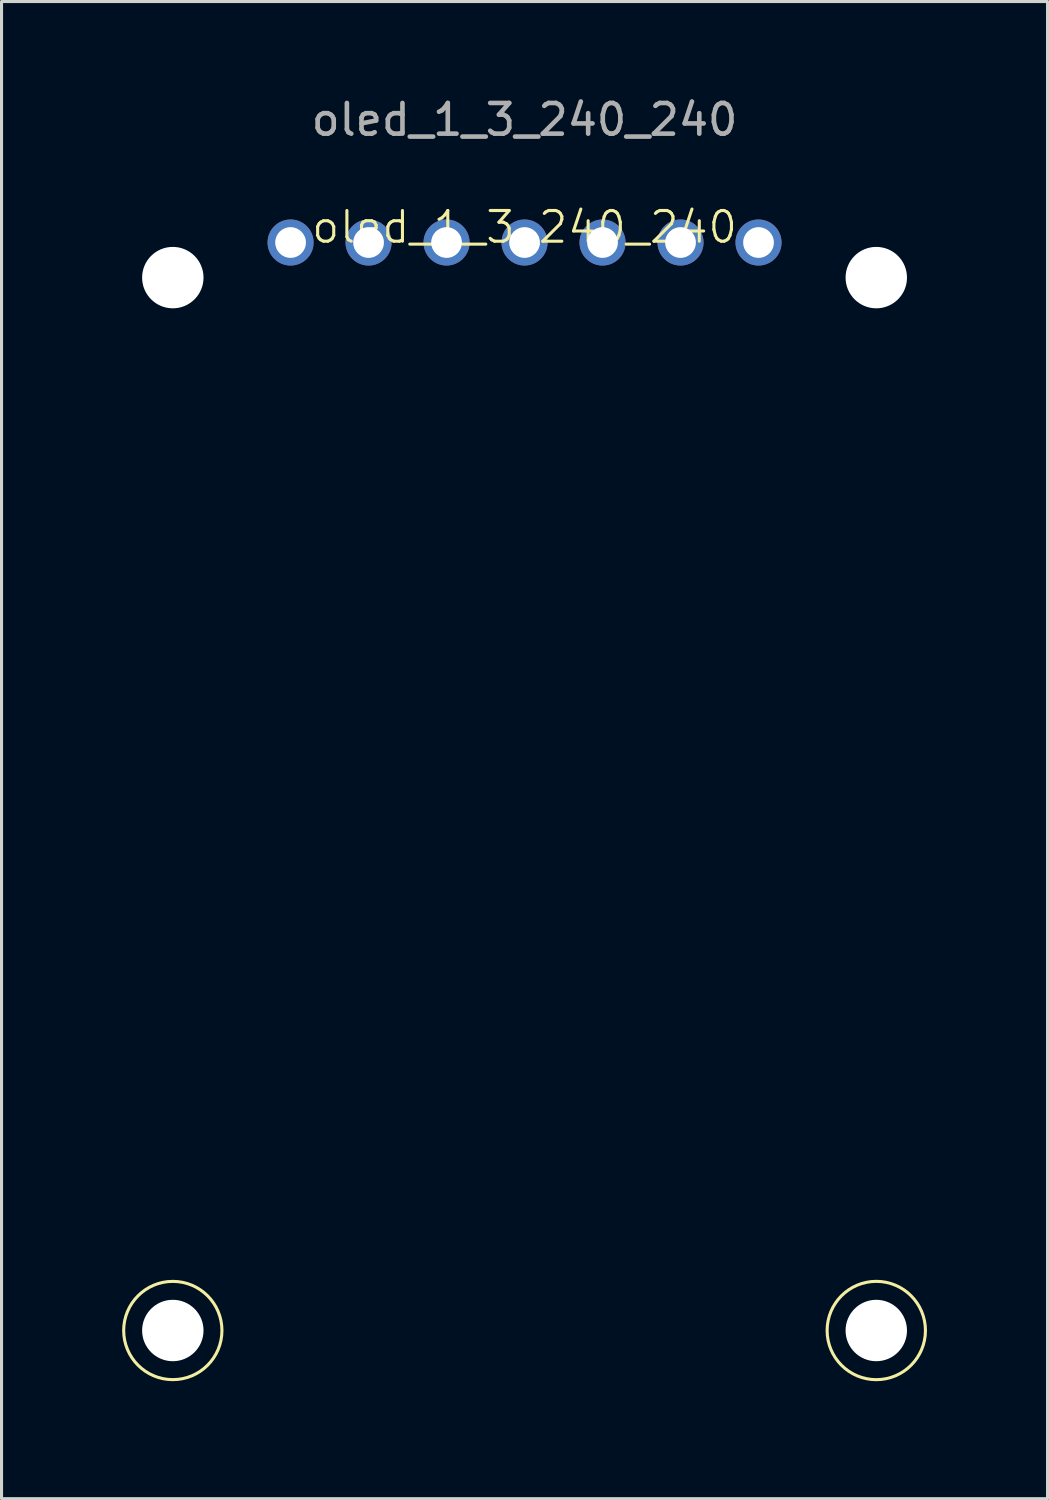
<source format=kicad_pcb>
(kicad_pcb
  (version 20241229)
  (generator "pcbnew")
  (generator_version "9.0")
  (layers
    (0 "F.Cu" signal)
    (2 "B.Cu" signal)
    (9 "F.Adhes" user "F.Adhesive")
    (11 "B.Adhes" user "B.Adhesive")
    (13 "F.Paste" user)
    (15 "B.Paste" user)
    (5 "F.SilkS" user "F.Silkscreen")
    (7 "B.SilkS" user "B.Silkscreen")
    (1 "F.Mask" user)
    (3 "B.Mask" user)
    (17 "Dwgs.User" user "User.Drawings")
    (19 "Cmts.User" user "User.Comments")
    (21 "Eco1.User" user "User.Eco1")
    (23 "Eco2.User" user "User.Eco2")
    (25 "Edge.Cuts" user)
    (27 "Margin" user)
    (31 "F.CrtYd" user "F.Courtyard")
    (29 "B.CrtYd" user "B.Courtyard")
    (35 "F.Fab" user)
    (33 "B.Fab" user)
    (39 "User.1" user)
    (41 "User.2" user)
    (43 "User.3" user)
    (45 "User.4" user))
  (footprint "oled_1_3_240_240"
    (layer "F.Cu")
    (at 14.033 4.848)
    (property "Reference" "oled_1_3_240_240" (at 0 -0.5 0) (unlocked yes) (layer "F.SilkS") (effects (font (size 1 1) (thickness 0.1))))
    (attr through_hole)
    (fp_circle (center -11.455 35.433) (end -9.855 35.433) (stroke (width 0.1) (type default)) (fill no) (layer "F.SilkS"))
    (fp_circle (center 11.455 35.433) (end 13.056 35.433) (stroke (width 0.1) (type default)) (fill no) (layer "F.SilkS"))
    (fp_line (start -13.97 -1.524) (end 13.97 -1.524) (stroke (width 0.125) (type default)) (layer "Eco2.User"))
    (fp_line (start -13.97 37.846) (end -13.97 -1.524) (stroke (width 0.125) (type default)) (layer "Eco2.User"))
    (fp_line (start -13.622 2.963) (end 12.616 2.963) (stroke (width 0.125) (type default)) (layer "Eco2.User"))
    (fp_line (start -13.622 28.312) (end -13.622 2.963) (stroke (width 0.125) (type default)) (layer "Eco2.User"))
    (fp_line (start -13.571 3.014) (end 12.565 3.014) (stroke (width 0.125) (type default)) (layer "Eco2.User"))
    (fp_line (start -13.571 28.312) (end -13.622 28.312) (stroke (width 0.125) (type default)) (layer "Eco2.User"))
    (fp_line (start -13.571 28.312) (end -13.571 3.014) (stroke (width 0.125) (type default)) (layer "Eco2.User"))
    (fp_line (start -13.546 3.039) (end 12.54 3.039) (stroke (width 0.125) (type default)) (layer "Eco2.User"))
    (fp_line (start -13.546 28.414) (end -13.546 3.039) (stroke (width 0.125) (type default)) (layer "Eco2.User"))
    (fp_line (start -13.521 3.065) (end 12.514 3.065) (stroke (width 0.125) (type default)) (layer "Eco2.User"))
    (fp_line (start -13.521 28.414) (end -13.521 3.065) (stroke (width 0.125) (type default)) (layer "Eco2.User"))
    (fp_line (start -12.203 4.093) (end 11.197 4.093) (stroke (width 0.125) (type default)) (layer "Eco2.User"))
    (fp_line (start -12.203 27.493) (end -12.203 4.093) (stroke (width 0.125) (type default)) (layer "Eco2.User"))
    (fp_line (start -8.714 2.076) (end -8.709 1.673) (stroke (width 0.125) (type default)) (layer "Eco2.User"))
    (fp_line (start -8.709 1.673) (end -8.699 1.53) (stroke (width 0.125) (type default)) (layer "Eco2.User"))
    (fp_line (start -8.708 2.477) (end -8.714 2.076) (stroke (width 0.125) (type default)) (layer "Eco2.User"))
    (fp_line (start -8.7 2.587) (end -8.708 2.477) (stroke (width 0.125) (type default)) (layer "Eco2.User"))
    (fp_line (start -8.699 1.53) (end -8.694 1.512) (stroke (width 0.125) (type default)) (layer "Eco2.User"))
    (fp_line (start -8.695 2.618) (end -8.7 2.587) (stroke (width 0.125) (type default)) (layer "Eco2.User"))
    (fp_line (start -8.694 1.512) (end -8.677 1.487) (stroke (width 0.125) (type default)) (layer "Eco2.User"))
    (fp_line (start -8.69 2.635) (end -8.695 2.618) (stroke (width 0.125) (type default)) (layer "Eco2.User"))
    (fp_line (start -8.677 1.487) (end -8.655 1.465) (stroke (width 0.125) (type default)) (layer "Eco2.User"))
    (fp_line (start -8.669 2.657) (end -8.69 2.635) (stroke (width 0.125) (type default)) (layer "Eco2.User"))
    (fp_line (start -8.655 1.465) (end -8.594 1.438) (stroke (width 0.125) (type default)) (layer "Eco2.User"))
    (fp_line (start -8.642 2.674) (end -8.669 2.657) (stroke (width 0.125) (type default)) (layer "Eco2.User"))
    (fp_line (start -8.623 2.029) (end -8.623 2.102) (stroke (width 0.125) (type default)) (layer "Eco2.User"))
    (fp_line (start -8.623 2.102) (end -8.623 2.176) (stroke (width 0.125) (type default)) (layer "Eco2.User"))
    (fp_line (start -8.623 2.176) (end -8.623 2.25) (stroke (width 0.125) (type default)) (layer "Eco2.User"))
    (fp_line (start -8.623 2.25) (end -8.623 2.323) (stroke (width 0.125) (type default)) (layer "Eco2.User"))
    (fp_line (start -8.623 2.323) (end -8.623 2.452) (stroke (width 0.125) (type default)) (layer "Eco2.User"))
    (fp_line (start -8.623 2.452) (end -8.615 2.557) (stroke (width 0.125) (type default)) (layer "Eco2.User"))
    (fp_line (start -8.622 1.834) (end -8.623 2.029) (stroke (width 0.125) (type default)) (layer "Eco2.User"))
    (fp_line (start -8.62 1.691) (end -8.622 1.834) (stroke (width 0.125) (type default)) (layer "Eco2.User"))
    (fp_line (start -8.616 1.601) (end -8.62 1.691) (stroke (width 0.125) (type default)) (layer "Eco2.User"))
    (fp_line (start -8.615 2.557) (end -8.604 2.577) (stroke (width 0.125) (type default)) (layer "Eco2.User"))
    (fp_line (start -8.614 1.576) (end -8.616 1.601) (stroke (width 0.125) (type default)) (layer "Eco2.User"))
    (fp_line (start -8.612 1.568) (end -8.614 1.576) (stroke (width 0.125) (type default)) (layer "Eco2.User"))
    (fp_line (start -8.611 1.563) (end -8.612 1.568) (stroke (width 0.125) (type default)) (layer "Eco2.User"))
    (fp_line (start -8.604 2.577) (end -8.597 2.584) (stroke (width 0.125) (type default)) (layer "Eco2.User"))
    (fp_line (start -8.599 1.548) (end -8.611 1.563) (stroke (width 0.125) (type default)) (layer "Eco2.User"))
    (fp_line (start -8.597 2.584) (end -8.589 2.589) (stroke (width 0.125) (type default)) (layer "Eco2.User"))
    (fp_line (start -8.594 1.438) (end -8.539 1.431) (stroke (width 0.125) (type default)) (layer "Eco2.User"))
    (fp_line (start -8.589 2.589) (end -8.572 2.594) (stroke (width 0.125) (type default)) (layer "Eco2.User"))
    (fp_line (start -8.58 1.536) (end -8.599 1.548) (stroke (width 0.125) (type default)) (layer "Eco2.User"))
    (fp_line (start -8.572 2.594) (end -8.546 2.598) (stroke (width 0.125) (type default)) (layer "Eco2.User"))
    (fp_line (start -8.569 2.692) (end -8.642 2.674) (stroke (width 0.125) (type default)) (layer "Eco2.User"))
    (fp_line (start -8.546 2.598) (end -8.464 2.601) (stroke (width 0.125) (type default)) (layer "Eco2.User"))
    (fp_line (start -8.539 1.431) (end -8.443 1.429) (stroke (width 0.125) (type default)) (layer "Eco2.User"))
    (fp_line (start -8.522 1.522) (end -8.58 1.536) (stroke (width 0.125) (type default)) (layer "Eco2.User"))
    (fp_line (start -8.464 2.601) (end -8.405 2.601) (stroke (width 0.125) (type default)) (layer "Eco2.User"))
    (fp_line (start -8.452 1.52) (end -8.522 1.522) (stroke (width 0.125) (type default)) (layer "Eco2.User"))
    (fp_line (start -8.443 1.429) (end -8.16 1.429) (stroke (width 0.125) (type default)) (layer "Eco2.User"))
    (fp_line (start -8.422 2.693) (end -8.569 2.692) (stroke (width 0.125) (type default)) (layer "Eco2.User"))
    (fp_line (start -8.413 1.954) (end -8.14 1.954) (stroke (width 0.125) (type default)) (layer "Eco2.User"))
    (fp_line (start -8.413 2.045) (end -8.413 1.954) (stroke (width 0.125) (type default)) (layer "Eco2.User"))
    (fp_line (start -8.405 2.601) (end -8.347 2.601) (stroke (width 0.125) (type default)) (layer "Eco2.User"))
    (fp_line (start -8.393 1.52) (end -8.452 1.52) (stroke (width 0.125) (type default)) (layer "Eco2.User"))
    (fp_line (start -8.347 2.601) (end -8.289 2.601) (stroke (width 0.125) (type default)) (layer "Eco2.User"))
    (fp_line (start -8.289 2.601) (end -8.23 2.601) (stroke (width 0.125) (type default)) (layer "Eco2.User"))
    (fp_line (start -8.23 2.045) (end -8.413 2.045) (stroke (width 0.125) (type default)) (layer "Eco2.User"))
    (fp_line (start -8.23 2.601) (end -8.23 2.045) (stroke (width 0.125) (type default)) (layer "Eco2.User"))
    (fp_line (start -8.16 1.429) (end -8.16 1.52) (stroke (width 0.125) (type default)) (layer "Eco2.User"))
    (fp_line (start -8.16 1.52) (end -8.393 1.52) (stroke (width 0.125) (type default)) (layer "Eco2.User"))
    (fp_line (start -8.14 1.954) (end -8.14 2.693) (stroke (width 0.125) (type default)) (layer "Eco2.User"))
    (fp_line (start -8.14 2.693) (end -8.422 2.693) (stroke (width 0.125) (type default)) (layer "Eco2.User"))
    (fp_line (start -7.944 1.429) (end -7.873 1.43) (stroke (width 0.125) (type default)) (layer "Eco2.User"))
    (fp_line (start -7.944 2.696) (end -7.944 1.429) (stroke (width 0.125) (type default)) (layer "Eco2.User"))
    (fp_line (start -7.873 1.43) (end -7.458 2.409) (stroke (width 0.125) (type default)) (layer "Eco2.User"))
    (fp_line (start -7.853 1.718) (end -7.853 2.696) (stroke (width 0.125) (type default)) (layer "Eco2.User"))
    (fp_line (start -7.853 2.696) (end -7.944 2.696) (stroke (width 0.125) (type default)) (layer "Eco2.User"))
    (fp_line (start -7.458 1.429) (end -7.363 1.429) (stroke (width 0.125) (type default)) (layer "Eco2.User"))
    (fp_line (start -7.458 2.409) (end -7.458 1.429) (stroke (width 0.125) (type default)) (layer "Eco2.User"))
    (fp_line (start -7.438 2.696) (end -7.853 1.718) (stroke (width 0.125) (type default)) (layer "Eco2.User"))
    (fp_line (start -7.363 1.429) (end -7.363 2.696) (stroke (width 0.125) (type default)) (layer "Eco2.User"))
    (fp_line (start -7.363 2.696) (end -7.438 2.696) (stroke (width 0.125) (type default)) (layer "Eco2.User"))
    (fp_line (start -7.181 2.696) (end -7.181 1.429) (stroke (width 0.125) (type default)) (layer "Eco2.User"))
    (fp_line (start -7.089 1.52) (end -7.089 2.605) (stroke (width 0.125) (type default)) (layer "Eco2.User"))
    (fp_line (start -7.089 2.605) (end -6.87 2.605) (stroke (width 0.125) (type default)) (layer "Eco2.User"))
    (fp_line (start -6.947 1.52) (end -7.089 1.52) (stroke (width 0.125) (type default)) (layer "Eco2.User"))
    (fp_line (start -6.87 2.605) (end -6.765 2.603) (stroke (width 0.125) (type default)) (layer "Eco2.User"))
    (fp_line (start -6.858 2.696) (end -7.181 2.696) (stroke (width 0.125) (type default)) (layer "Eco2.User"))
    (fp_line (start -6.842 1.522) (end -6.947 1.52) (stroke (width 0.125) (type default)) (layer "Eco2.User"))
    (fp_line (start -6.773 1.525) (end -6.842 1.522) (stroke (width 0.125) (type default)) (layer "Eco2.User"))
    (fp_line (start -6.765 2.603) (end -6.751 2.601) (stroke (width 0.125) (type default)) (layer "Eco2.User"))
    (fp_line (start -6.753 1.527) (end -6.773 1.525) (stroke (width 0.125) (type default)) (layer "Eco2.User"))
    (fp_line (start -6.752 2.694) (end -6.858 2.696) (stroke (width 0.125) (type default)) (layer "Eco2.User"))
    (fp_line (start -6.751 2.601) (end -6.725 2.592) (stroke (width 0.125) (type default)) (layer "Eco2.User"))
    (fp_line (start -6.747 1.528) (end -6.753 1.527) (stroke (width 0.125) (type default)) (layer "Eco2.User"))
    (fp_line (start -6.742 1.529) (end -6.747 1.528) (stroke (width 0.125) (type default)) (layer "Eco2.User"))
    (fp_line (start -6.73 1.536) (end -6.742 1.529) (stroke (width 0.125) (type default)) (layer "Eco2.User"))
    (fp_line (start -6.725 2.592) (end -6.706 2.577) (stroke (width 0.125) (type default)) (layer "Eco2.User"))
    (fp_line (start -6.72 1.546) (end -6.73 1.536) (stroke (width 0.125) (type default)) (layer "Eco2.User"))
    (fp_line (start -6.715 1.438) (end -6.677 1.452) (stroke (width 0.125) (type default)) (layer "Eco2.User"))
    (fp_line (start -6.706 2.577) (end -6.695 2.558) (stroke (width 0.125) (type default)) (layer "Eco2.User"))
    (fp_line (start -6.704 1.575) (end -6.72 1.546) (stroke (width 0.125) (type default)) (layer "Eco2.User"))
    (fp_line (start -6.698 2.687) (end -6.752 2.694) (stroke (width 0.125) (type default)) (layer "Eco2.User"))
    (fp_line (start -6.695 2.558) (end -6.691 2.533) (stroke (width 0.125) (type default)) (layer "Eco2.User"))
    (fp_line (start -6.691 1.675) (end -6.704 1.575) (stroke (width 0.125) (type default)) (layer "Eco2.User"))
    (fp_line (start -6.691 1.761) (end -6.691 1.675) (stroke (width 0.125) (type default)) (layer "Eco2.User"))
    (fp_line (start -6.691 1.846) (end -6.691 1.761) (stroke (width 0.125) (type default)) (layer "Eco2.User"))
    (fp_line (start -6.691 2.533) (end -6.691 1.846) (stroke (width 0.125) (type default)) (layer "Eco2.User"))
    (fp_line (start -6.677 1.452) (end -6.647 1.472) (stroke (width 0.125) (type default)) (layer "Eco2.User"))
    (fp_line (start -6.655 2.669) (end -6.698 2.687) (stroke (width 0.125) (type default)) (layer "Eco2.User"))
    (fp_line (start -6.647 1.472) (end -6.624 1.497) (stroke (width 0.125) (type default)) (layer "Eco2.User"))
    (fp_line (start -6.625 2.643) (end -6.655 2.669) (stroke (width 0.125) (type default)) (layer "Eco2.User"))
    (fp_line (start -6.624 1.497) (end -6.61 1.528) (stroke (width 0.125) (type default)) (layer "Eco2.User"))
    (fp_line (start -6.61 1.528) (end -6.602 1.581) (stroke (width 0.125) (type default)) (layer "Eco2.User"))
    (fp_line (start -6.607 2.611) (end -6.625 2.643) (stroke (width 0.125) (type default)) (layer "Eco2.User"))
    (fp_line (start -6.602 1.581) (end -6.6 1.679) (stroke (width 0.125) (type default)) (layer "Eco2.User"))
    (fp_line (start -6.6 1.679) (end -6.6 1.977) (stroke (width 0.125) (type default)) (layer "Eco2.User"))
    (fp_line (start -6.6 1.977) (end -6.6 2.573) (stroke (width 0.125) (type default)) (layer "Eco2.User"))
    (fp_line (start -6.6 2.573) (end -6.607 2.611) (stroke (width 0.125) (type default)) (layer "Eco2.User"))
    (fp_line (start -5.988 1.429) (end -5.897 1.429) (stroke (width 0.125) (type default)) (layer "Eco2.User"))
    (fp_line (start -5.897 1.429) (end -5.626 2.457) (stroke (width 0.125) (type default)) (layer "Eco2.User"))
    (fp_line (start -5.666 2.693) (end -5.988 1.429) (stroke (width 0.125) (type default)) (layer "Eco2.User"))
    (fp_line (start -5.626 2.457) (end -5.377 1.429) (stroke (width 0.125) (type default)) (layer "Eco2.User"))
    (fp_line (start -5.592 2.693) (end -5.666 2.693) (stroke (width 0.125) (type default)) (layer "Eco2.User"))
    (fp_line (start -5.377 1.429) (end -5.286 1.429) (stroke (width 0.125) (type default)) (layer "Eco2.User"))
    (fp_line (start -5.286 1.429) (end -5.592 2.693) (stroke (width 0.125) (type default)) (layer "Eco2.User"))
    (fp_line (start -5.173 2.068) (end -5.169 1.673) (stroke (width 0.125) (type default)) (layer "Eco2.User"))
    (fp_line (start -5.17 2.463) (end -5.173 2.068) (stroke (width 0.125) (type default)) (layer "Eco2.User"))
    (fp_line (start -5.169 1.673) (end -5.163 1.537) (stroke (width 0.125) (type default)) (layer "Eco2.User"))
    (fp_line (start -5.167 2.569) (end -5.17 2.463) (stroke (width 0.125) (type default)) (layer "Eco2.User"))
    (fp_line (start -5.165 2.598) (end -5.167 2.569) (stroke (width 0.125) (type default)) (layer "Eco2.User"))
    (fp_line (start -5.164 2.607) (end -5.165 2.598) (stroke (width 0.125) (type default)) (layer "Eco2.User"))
    (fp_line (start -5.163 1.537) (end -5.16 1.522) (stroke (width 0.125) (type default)) (layer "Eco2.User"))
    (fp_line (start -5.162 2.612) (end -5.164 2.607) (stroke (width 0.125) (type default)) (layer "Eco2.User"))
    (fp_line (start -5.16 1.522) (end -5.147 1.5) (stroke (width 0.125) (type default)) (layer "Eco2.User"))
    (fp_line (start -5.147 1.5) (end -5.13 1.481) (stroke (width 0.125) (type default)) (layer "Eco2.User"))
    (fp_line (start -5.147 2.64) (end -5.162 2.612) (stroke (width 0.125) (type default)) (layer "Eco2.User"))
    (fp_line (start -5.13 1.481) (end -5.081 1.452) (stroke (width 0.125) (type default)) (layer "Eco2.User"))
    (fp_line (start -5.125 2.663) (end -5.147 2.64) (stroke (width 0.125) (type default)) (layer "Eco2.User"))
    (fp_line (start -5.098 2.68) (end -5.125 2.663) (stroke (width 0.125) (type default)) (layer "Eco2.User"))
    (fp_line (start -5.083 2.344) (end -5.082 2.466) (stroke (width 0.125) (type default)) (layer "Eco2.User"))
    (fp_line (start -5.082 1.667) (end -5.082 1.832) (stroke (width 0.125) (type default)) (layer "Eco2.User"))
    (fp_line (start -5.082 2.466) (end -5.082 2.514) (stroke (width 0.125) (type default)) (layer "Eco2.User"))
    (fp_line (start -5.082 2.514) (end -5.077 2.56) (stroke (width 0.125) (type default)) (layer "Eco2.User"))
    (fp_line (start -5.082 1.832) (end -5.081 1.89) (stroke (width 0.125) (type default)) (layer "Eco2.User"))
    (fp_line (start -5.082 2.066) (end -5.083 2.344) (stroke (width 0.125) (type default)) (layer "Eco2.User"))
    (fp_line (start -5.082 1.62) (end -5.082 1.667) (stroke (width 0.125) (type default)) (layer "Eco2.User"))
    (fp_line (start -5.081 1.89) (end -5.081 1.949) (stroke (width 0.125) (type default)) (layer "Eco2.User"))
    (fp_line (start -5.081 2.007) (end -5.082 2.066) (stroke (width 0.125) (type default)) (layer "Eco2.User"))
    (fp_line (start -5.081 1.949) (end -5.081 2.007) (stroke (width 0.125) (type default)) (layer "Eco2.User"))
    (fp_line (start -5.081 1.605) (end -5.082 1.62) (stroke (width 0.125) (type default)) (layer "Eco2.User"))
    (fp_line (start -5.081 1.452) (end -4.926 1.429) (stroke (width 0.125) (type default)) (layer "Eco2.User"))
    (fp_line (start -5.08 1.596) (end -5.081 1.605) (stroke (width 0.125) (type default)) (layer "Eco2.User"))
    (fp_line (start -5.077 2.56) (end -5.072 2.57) (stroke (width 0.125) (type default)) (layer "Eco2.User"))
    (fp_line (start -5.072 1.569) (end -5.08 1.596) (stroke (width 0.125) (type default)) (layer "Eco2.User"))
    (fp_line (start -5.072 2.57) (end -5.064 2.58) (stroke (width 0.125) (type default)) (layer "Eco2.User"))
    (fp_line (start -5.064 2.691) (end -5.098 2.68) (stroke (width 0.125) (type default)) (layer "Eco2.User"))
    (fp_line (start -5.064 2.58) (end -5.043 2.594) (stroke (width 0.125) (type default)) (layer "Eco2.User"))
    (fp_line (start -5.058 1.548) (end -5.072 1.569) (stroke (width 0.125) (type default)) (layer "Eco2.User"))
    (fp_line (start -5.048 2.693) (end -5.064 2.691) (stroke (width 0.125) (type default)) (layer "Eco2.User"))
    (fp_line (start -5.043 2.594) (end -5.013 2.603) (stroke (width 0.125) (type default)) (layer "Eco2.User"))
    (fp_line (start -5.037 1.532) (end -5.058 1.548) (stroke (width 0.125) (type default)) (layer "Eco2.User"))
    (fp_line (start -5.024 1.527) (end -5.037 1.532) (stroke (width 0.125) (type default)) (layer "Eco2.User"))
    (fp_line (start -5.013 2.603) (end -4.982 2.605) (stroke (width 0.125) (type default)) (layer "Eco2.User"))
    (fp_line (start -5.009 1.523) (end -5.024 1.527) (stroke (width 0.125) (type default)) (layer "Eco2.User"))
    (fp_line (start -4.996 1.521) (end -5.009 1.523) (stroke (width 0.125) (type default)) (layer "Eco2.User"))
    (fp_line (start -4.982 2.605) (end -4.982 2.605) (stroke (width 0.125) (type default)) (layer "Eco2.User"))
    (fp_line (start -4.982 2.605) (end -4.982 2.605) (stroke (width 0.125) (type default)) (layer "Eco2.User"))
    (fp_line (start -4.982 2.605) (end -4.982 2.605) (stroke (width 0.125) (type default)) (layer "Eco2.User"))
    (fp_line (start -4.982 2.605) (end -4.982 2.605) (stroke (width 0.125) (type default)) (layer "Eco2.User"))
    (fp_line (start -4.982 2.605) (end -4.982 2.605) (stroke (width 0.125) (type default)) (layer "Eco2.User"))
    (fp_line (start -4.982 2.605) (end -4.979 2.605) (stroke (width 0.125) (type default)) (layer "Eco2.User"))
    (fp_line (start -4.979 2.605) (end -4.973 2.605) (stroke (width 0.125) (type default)) (layer "Eco2.User"))
    (fp_line (start -4.973 2.605) (end -4.918 2.605) (stroke (width 0.125) (type default)) (layer "Eco2.User"))
    (fp_line (start -4.955 1.52) (end -4.996 1.521) (stroke (width 0.125) (type default)) (layer "Eco2.User"))
    (fp_line (start -4.926 2.696) (end -5.048 2.693) (stroke (width 0.125) (type default)) (layer "Eco2.User"))
    (fp_line (start -4.926 1.429) (end -4.654 1.429) (stroke (width 0.125) (type default)) (layer "Eco2.User"))
    (fp_line (start -4.918 2.605) (end -4.771 2.605) (stroke (width 0.125) (type default)) (layer "Eco2.User"))
    (fp_line (start -4.888 1.52) (end -4.955 1.52) (stroke (width 0.125) (type default)) (layer "Eco2.User"))
    (fp_line (start -4.771 2.605) (end -4.654 2.605) (stroke (width 0.125) (type default)) (layer "Eco2.User"))
    (fp_line (start -4.654 1.429) (end -4.654 1.52) (stroke (width 0.125) (type default)) (layer "Eco2.User"))
    (fp_line (start -4.654 1.52) (end -4.888 1.52) (stroke (width 0.125) (type default)) (layer "Eco2.User"))
    (fp_line (start -4.654 2.605) (end -4.654 2.696) (stroke (width 0.125) (type default)) (layer "Eco2.User"))
    (fp_line (start -4.654 2.696) (end -4.926 2.696) (stroke (width 0.125) (type default)) (layer "Eco2.User"))
    (fp_line (start -4.485 2.068) (end -4.482 1.673) (stroke (width 0.125) (type default)) (layer "Eco2.User"))
    (fp_line (start -4.482 2.463) (end -4.485 2.068) (stroke (width 0.125) (type default)) (layer "Eco2.User"))
    (fp_line (start -4.482 1.673) (end -4.475 1.537) (stroke (width 0.125) (type default)) (layer "Eco2.User"))
    (fp_line (start -4.479 2.569) (end -4.482 2.463) (stroke (width 0.125) (type default)) (layer "Eco2.User"))
    (fp_line (start -4.477 2.598) (end -4.479 2.569) (stroke (width 0.125) (type default)) (layer "Eco2.User"))
    (fp_line (start -4.476 2.607) (end -4.477 2.598) (stroke (width 0.125) (type default)) (layer "Eco2.User"))
    (fp_line (start -4.475 1.537) (end -4.472 1.522) (stroke (width 0.125) (type default)) (layer "Eco2.User"))
    (fp_line (start -4.475 2.612) (end -4.476 2.607) (stroke (width 0.125) (type default)) (layer "Eco2.User"))
    (fp_line (start -4.472 1.522) (end -4.459 1.5) (stroke (width 0.125) (type default)) (layer "Eco2.User"))
    (fp_line (start -4.459 1.5) (end -4.442 1.481) (stroke (width 0.125) (type default)) (layer "Eco2.User"))
    (fp_line (start -4.459 2.64) (end -4.475 2.612) (stroke (width 0.125) (type default)) (layer "Eco2.User"))
    (fp_line (start -4.442 1.481) (end -4.393 1.452) (stroke (width 0.125) (type default)) (layer "Eco2.User"))
    (fp_line (start -4.438 2.663) (end -4.459 2.64) (stroke (width 0.125) (type default)) (layer "Eco2.User"))
    (fp_line (start -4.41 2.68) (end -4.438 2.663) (stroke (width 0.125) (type default)) (layer "Eco2.User"))
    (fp_line (start -4.395 2.344) (end -4.395 2.466) (stroke (width 0.125) (type default)) (layer "Eco2.User"))
    (fp_line (start -4.395 1.667) (end -4.394 1.832) (stroke (width 0.125) (type default)) (layer "Eco2.User"))
    (fp_line (start -4.395 2.466) (end -4.394 2.514) (stroke (width 0.125) (type default)) (layer "Eco2.User"))
    (fp_line (start -4.394 2.514) (end -4.39 2.56) (stroke (width 0.125) (type default)) (layer "Eco2.User"))
    (fp_line (start -4.394 1.832) (end -4.394 1.89) (stroke (width 0.125) (type default)) (layer "Eco2.User"))
    (fp_line (start -4.394 2.066) (end -4.395 2.344) (stroke (width 0.125) (type default)) (layer "Eco2.User"))
    (fp_line (start -4.394 1.62) (end -4.395 1.667) (stroke (width 0.125) (type default)) (layer "Eco2.User"))
    (fp_line (start -4.394 1.89) (end -4.394 1.949) (stroke (width 0.125) (type default)) (layer "Eco2.User"))
    (fp_line (start -4.394 2.007) (end -4.394 2.066) (stroke (width 0.125) (type default)) (layer "Eco2.User"))
    (fp_line (start -4.394 1.949) (end -4.394 2.007) (stroke (width 0.125) (type default)) (layer "Eco2.User"))
    (fp_line (start -4.393 1.605) (end -4.394 1.62) (stroke (width 0.125) (type default)) (layer "Eco2.User"))
    (fp_line (start -4.393 1.452) (end -4.238 1.429) (stroke (width 0.125) (type default)) (layer "Eco2.User"))
    (fp_line (start -4.392 1.596) (end -4.393 1.605) (stroke (width 0.125) (type default)) (layer "Eco2.User"))
    (fp_line (start -4.39 2.56) (end -4.384 2.57) (stroke (width 0.125) (type default)) (layer "Eco2.User"))
    (fp_line (start -4.384 1.569) (end -4.392 1.596) (stroke (width 0.125) (type default)) (layer "Eco2.User"))
    (fp_line (start -4.384 2.57) (end -4.376 2.58) (stroke (width 0.125) (type default)) (layer "Eco2.User"))
    (fp_line (start -4.377 2.691) (end -4.41 2.68) (stroke (width 0.125) (type default)) (layer "Eco2.User"))
    (fp_line (start -4.376 2.58) (end -4.355 2.594) (stroke (width 0.125) (type default)) (layer "Eco2.User"))
    (fp_line (start -4.37 1.548) (end -4.384 1.569) (stroke (width 0.125) (type default)) (layer "Eco2.User"))
    (fp_line (start -4.36 2.693) (end -4.377 2.691) (stroke (width 0.125) (type default)) (layer "Eco2.User"))
    (fp_line (start -4.355 2.594) (end -4.325 2.603) (stroke (width 0.125) (type default)) (layer "Eco2.User"))
    (fp_line (start -4.349 1.532) (end -4.37 1.548) (stroke (width 0.125) (type default)) (layer "Eco2.User"))
    (fp_line (start -4.336 1.527) (end -4.349 1.532) (stroke (width 0.125) (type default)) (layer "Eco2.User"))
    (fp_line (start -4.325 2.603) (end -4.295 2.605) (stroke (width 0.125) (type default)) (layer "Eco2.User"))
    (fp_line (start -4.322 1.523) (end -4.336 1.527) (stroke (width 0.125) (type default)) (layer "Eco2.User"))
    (fp_line (start -4.308 1.521) (end -4.322 1.523) (stroke (width 0.125) (type default)) (layer "Eco2.User"))
    (fp_line (start -4.295 2.605) (end -4.295 2.605) (stroke (width 0.125) (type default)) (layer "Eco2.User"))
    (fp_line (start -4.295 2.605) (end -4.295 2.605) (stroke (width 0.125) (type default)) (layer "Eco2.User"))
    (fp_line (start -4.295 2.605) (end -4.295 2.605) (stroke (width 0.125) (type default)) (layer "Eco2.User"))
    (fp_line (start -4.295 2.605) (end -4.294 2.605) (stroke (width 0.125) (type default)) (layer "Eco2.User"))
    (fp_line (start -4.294 2.605) (end -4.294 2.605) (stroke (width 0.125) (type default)) (layer "Eco2.User"))
    (fp_line (start -4.294 2.605) (end -4.291 2.605) (stroke (width 0.125) (type default)) (layer "Eco2.User"))
    (fp_line (start -4.291 2.605) (end -4.285 2.605) (stroke (width 0.125) (type default)) (layer "Eco2.User"))
    (fp_line (start -4.285 2.605) (end -4.231 2.605) (stroke (width 0.125) (type default)) (layer "Eco2.User"))
    (fp_line (start -4.267 1.52) (end -4.308 1.521) (stroke (width 0.125) (type default)) (layer "Eco2.User"))
    (fp_line (start -4.238 2.696) (end -4.36 2.693) (stroke (width 0.125) (type default)) (layer "Eco2.User"))
    (fp_line (start -4.238 1.429) (end -3.966 1.429) (stroke (width 0.125) (type default)) (layer "Eco2.User"))
    (fp_line (start -4.231 2.605) (end -4.083 2.605) (stroke (width 0.125) (type default)) (layer "Eco2.User"))
    (fp_line (start -4.2 1.52) (end -4.267 1.52) (stroke (width 0.125) (type default)) (layer "Eco2.User"))
    (fp_line (start -4.083 2.605) (end -3.966 2.605) (stroke (width 0.125) (type default)) (layer "Eco2.User"))
    (fp_line (start -3.966 1.429) (end -3.966 1.52) (stroke (width 0.125) (type default)) (layer "Eco2.User"))
    (fp_line (start -3.966 1.52) (end -4.2 1.52) (stroke (width 0.125) (type default)) (layer "Eco2.User"))
    (fp_line (start -3.966 2.605) (end -3.966 2.696) (stroke (width 0.125) (type default)) (layer "Eco2.User"))
    (fp_line (start -3.966 2.696) (end -4.238 2.696) (stroke (width 0.125) (type default)) (layer "Eco2.User"))
    (fp_line (start -3.322 2.48) (end -3.236 2.48) (stroke (width 0.125) (type default)) (layer "Eco2.User"))
    (fp_line (start -3.312 1.751) (end -3.302 1.632) (stroke (width 0.125) (type default)) (layer "Eco2.User"))
    (fp_line (start -3.302 1.632) (end -3.246 1.523) (stroke (width 0.125) (type default)) (layer "Eco2.User"))
    (fp_line (start -3.3 2.551) (end -3.322 2.48) (stroke (width 0.125) (type default)) (layer "Eco2.User"))
    (fp_line (start -3.3 1.81) (end -3.312 1.751) (stroke (width 0.125) (type default)) (layer "Eco2.User"))
    (fp_line (start -3.27 1.869) (end -3.3 1.81) (stroke (width 0.125) (type default)) (layer "Eco2.User"))
    (fp_line (start -3.246 1.523) (end -3.196 1.474) (stroke (width 0.125) (type default)) (layer "Eco2.User"))
    (fp_line (start -3.236 2.48) (end -3.192 2.552) (stroke (width 0.125) (type default)) (layer "Eco2.User"))
    (fp_line (start -3.224 1.743) (end -3.217 1.779) (stroke (width 0.125) (type default)) (layer "Eco2.User"))
    (fp_line (start -3.217 1.779) (end -3.203 1.812) (stroke (width 0.125) (type default)) (layer "Eco2.User"))
    (fp_line (start -3.217 1.662) (end -3.224 1.743) (stroke (width 0.125) (type default)) (layer "Eco2.User"))
    (fp_line (start -3.203 1.812) (end -3.174 1.852) (stroke (width 0.125) (type default)) (layer "Eco2.User"))
    (fp_line (start -3.196 1.474) (end -3.136 1.443) (stroke (width 0.125) (type default)) (layer "Eco2.User"))
    (fp_line (start -3.192 2.552) (end -3.158 2.59) (stroke (width 0.125) (type default)) (layer "Eco2.User"))
    (fp_line (start -3.189 1.595) (end -3.217 1.662) (stroke (width 0.125) (type default)) (layer "Eco2.User"))
    (fp_line (start -3.174 1.852) (end -3.118 1.912) (stroke (width 0.125) (type default)) (layer "Eco2.User"))
    (fp_line (start -3.158 2.59) (end -3.13 2.606) (stroke (width 0.125) (type default)) (layer "Eco2.User"))
    (fp_line (start -3.148 2.008) (end -3.27 1.869) (stroke (width 0.125) (type default)) (layer "Eco2.User"))
    (fp_line (start -3.14 1.547) (end -3.189 1.595) (stroke (width 0.125) (type default)) (layer "Eco2.User"))
    (fp_line (start -3.136 1.443) (end -3.066 1.429) (stroke (width 0.125) (type default)) (layer "Eco2.User"))
    (fp_line (start -3.13 2.606) (end -3.098 2.616) (stroke (width 0.125) (type default)) (layer "Eco2.User"))
    (fp_line (start -3.118 1.912) (end -2.927 2.098) (stroke (width 0.125) (type default)) (layer "Eco2.User"))
    (fp_line (start -3.101 1.528) (end -3.14 1.547) (stroke (width 0.125) (type default)) (layer "Eco2.User"))
    (fp_line (start -3.098 2.616) (end -3.024 2.618) (stroke (width 0.125) (type default)) (layer "Eco2.User"))
    (fp_line (start -3.066 1.429) (end -2.986 1.433) (stroke (width 0.125) (type default)) (layer "Eco2.User"))
    (fp_line (start -3.057 1.518) (end -3.101 1.528) (stroke (width 0.125) (type default)) (layer "Eco2.User"))
    (fp_line (start -3.024 2.618) (end -2.96 2.602) (stroke (width 0.125) (type default)) (layer "Eco2.User"))
    (fp_line (start -2.986 1.433) (end -2.919 1.45) (stroke (width 0.125) (type default)) (layer "Eco2.User"))
    (fp_line (start -2.96 2.602) (end -2.908 2.571) (stroke (width 0.125) (type default)) (layer "Eco2.User"))
    (fp_line (start -2.957 1.531) (end -3.057 1.518) (stroke (width 0.125) (type default)) (layer "Eco2.User"))
    (fp_line (start -2.939 2.204) (end -3.148 2.008) (stroke (width 0.125) (type default)) (layer "Eco2.User"))
    (fp_line (start -2.927 2.098) (end -2.799 2.233) (stroke (width 0.125) (type default)) (layer "Eco2.User"))
    (fp_line (start -2.923 1.547) (end -2.957 1.531) (stroke (width 0.125) (type default)) (layer "Eco2.User"))
    (fp_line (start -2.919 1.45) (end -2.864 1.481) (stroke (width 0.125) (type default)) (layer "Eco2.User"))
    (fp_line (start -2.908 2.571) (end -2.87 2.525) (stroke (width 0.125) (type default)) (layer "Eco2.User"))
    (fp_line (start -2.896 1.571) (end -2.923 1.547) (stroke (width 0.125) (type default)) (layer "Eco2.User"))
    (fp_line (start -2.884 2.266) (end -2.939 2.204) (stroke (width 0.125) (type default)) (layer "Eco2.User"))
    (fp_line (start -2.877 1.603) (end -2.896 1.571) (stroke (width 0.125) (type default)) (layer "Eco2.User"))
    (fp_line (start -2.87 2.525) (end -2.845 2.464) (stroke (width 0.125) (type default)) (layer "Eco2.User"))
    (fp_line (start -2.864 1.481) (end -2.82 1.527) (stroke (width 0.125) (type default)) (layer "Eco2.User"))
    (fp_line (start -2.864 1.643) (end -2.877 1.603) (stroke (width 0.125) (type default)) (layer "Eco2.User"))
    (fp_line (start -2.85 2.33) (end -2.884 2.266) (stroke (width 0.125) (type default)) (layer "Eco2.User"))
    (fp_line (start -2.845 2.464) (end -2.836 2.396) (stroke (width 0.125) (type default)) (layer "Eco2.User"))
    (fp_line (start -2.836 2.396) (end -2.85 2.33) (stroke (width 0.125) (type default)) (layer "Eco2.User"))
    (fp_line (start -2.82 1.527) (end -2.788 1.586) (stroke (width 0.125) (type default)) (layer "Eco2.User"))
    (fp_line (start -2.799 2.233) (end -2.761 2.307) (stroke (width 0.125) (type default)) (layer "Eco2.User"))
    (fp_line (start -2.788 1.586) (end -2.774 1.643) (stroke (width 0.125) (type default)) (layer "Eco2.User"))
    (fp_line (start -2.774 1.643) (end -2.864 1.643) (stroke (width 0.125) (type default)) (layer "Eco2.User"))
    (fp_line (start -2.761 2.307) (end -2.748 2.381) (stroke (width 0.125) (type default)) (layer "Eco2.User"))
    (fp_line (start -2.601 2.068) (end -2.598 1.673) (stroke (width 0.125) (type default)) (layer "Eco2.User"))
    (fp_line (start -2.599 2.463) (end -2.601 2.068) (stroke (width 0.125) (type default)) (layer "Eco2.User"))
    (fp_line (start -2.598 1.673) (end -2.591 1.537) (stroke (width 0.125) (type default)) (layer "Eco2.User"))
    (fp_line (start -2.596 2.569) (end -2.599 2.463) (stroke (width 0.125) (type default)) (layer "Eco2.User"))
    (fp_line (start -2.594 2.598) (end -2.596 2.569) (stroke (width 0.125) (type default)) (layer "Eco2.User"))
    (fp_line (start -2.592 2.607) (end -2.594 2.598) (stroke (width 0.125) (type default)) (layer "Eco2.User"))
    (fp_line (start -2.591 1.537) (end -2.588 1.522) (stroke (width 0.125) (type default)) (layer "Eco2.User"))
    (fp_line (start -2.591 2.612) (end -2.592 2.607) (stroke (width 0.125) (type default)) (layer "Eco2.User"))
    (fp_line (start -2.588 1.522) (end -2.576 1.5) (stroke (width 0.125) (type default)) (layer "Eco2.User"))
    (fp_line (start -2.576 1.5) (end -2.558 1.481) (stroke (width 0.125) (type default)) (layer "Eco2.User"))
    (fp_line (start -2.576 2.64) (end -2.591 2.612) (stroke (width 0.125) (type default)) (layer "Eco2.User"))
    (fp_line (start -2.558 1.481) (end -2.509 1.452) (stroke (width 0.125) (type default)) (layer "Eco2.User"))
    (fp_line (start -2.554 2.663) (end -2.576 2.64) (stroke (width 0.125) (type default)) (layer "Eco2.User"))
    (fp_line (start -2.527 2.68) (end -2.554 2.663) (stroke (width 0.125) (type default)) (layer "Eco2.User"))
    (fp_line (start -2.512 2.344) (end -2.511 2.466) (stroke (width 0.125) (type default)) (layer "Eco2.User"))
    (fp_line (start -2.511 1.667) (end -2.511 1.832) (stroke (width 0.125) (type default)) (layer "Eco2.User"))
    (fp_line (start -2.511 2.466) (end -2.511 2.514) (stroke (width 0.125) (type default)) (layer "Eco2.User"))
    (fp_line (start -2.511 2.514) (end -2.506 2.56) (stroke (width 0.125) (type default)) (layer "Eco2.User"))
    (fp_line (start -2.511 1.832) (end -2.51 1.89) (stroke (width 0.125) (type default)) (layer "Eco2.User"))
    (fp_line (start -2.511 2.066) (end -2.512 2.344) (stroke (width 0.125) (type default)) (layer "Eco2.User"))
    (fp_line (start -2.51 1.62) (end -2.511 1.667) (stroke (width 0.125) (type default)) (layer "Eco2.User"))
    (fp_line (start -2.51 1.89) (end -2.51 1.949) (stroke (width 0.125) (type default)) (layer "Eco2.User"))
    (fp_line (start -2.51 2.007) (end -2.511 2.066) (stroke (width 0.125) (type default)) (layer "Eco2.User"))
    (fp_line (start -2.51 1.949) (end -2.51 2.007) (stroke (width 0.125) (type default)) (layer "Eco2.User"))
    (fp_line (start -2.51 1.605) (end -2.51 1.62) (stroke (width 0.125) (type default)) (layer "Eco2.User"))
    (fp_line (start -2.509 1.452) (end -2.354 1.429) (stroke (width 0.125) (type default)) (layer "Eco2.User"))
    (fp_line (start -2.509 1.596) (end -2.51 1.605) (stroke (width 0.125) (type default)) (layer "Eco2.User"))
    (fp_line (start -2.506 2.56) (end -2.501 2.57) (stroke (width 0.125) (type default)) (layer "Eco2.User"))
    (fp_line (start -2.501 1.569) (end -2.509 1.596) (stroke (width 0.125) (type default)) (layer "Eco2.User"))
    (fp_line (start -2.501 2.57) (end -2.493 2.58) (stroke (width 0.125) (type default)) (layer "Eco2.User"))
    (fp_line (start -2.493 2.691) (end -2.527 2.68) (stroke (width 0.125) (type default)) (layer "Eco2.User"))
    (fp_line (start -2.493 2.58) (end -2.471 2.594) (stroke (width 0.125) (type default)) (layer "Eco2.User"))
    (fp_line (start -2.487 1.548) (end -2.501 1.569) (stroke (width 0.125) (type default)) (layer "Eco2.User"))
    (fp_line (start -2.477 2.693) (end -2.493 2.691) (stroke (width 0.125) (type default)) (layer "Eco2.User"))
    (fp_line (start -2.471 2.594) (end -2.441 2.603) (stroke (width 0.125) (type default)) (layer "Eco2.User"))
    (fp_line (start -2.466 1.532) (end -2.487 1.548) (stroke (width 0.125) (type default)) (layer "Eco2.User"))
    (fp_line (start -2.453 1.527) (end -2.466 1.532) (stroke (width 0.125) (type default)) (layer "Eco2.User"))
    (fp_line (start -2.441 2.603) (end -2.411 2.605) (stroke (width 0.125) (type default)) (layer "Eco2.User"))
    (fp_line (start -2.438 1.523) (end -2.453 1.527) (stroke (width 0.125) (type default)) (layer "Eco2.User"))
    (fp_line (start -2.425 1.521) (end -2.438 1.523) (stroke (width 0.125) (type default)) (layer "Eco2.User"))
    (fp_line (start -2.411 2.605) (end -2.411 2.605) (stroke (width 0.125) (type default)) (layer "Eco2.User"))
    (fp_line (start -2.411 2.605) (end -2.411 2.605) (stroke (width 0.125) (type default)) (layer "Eco2.User"))
    (fp_line (start -2.411 2.605) (end -2.411 2.605) (stroke (width 0.125) (type default)) (layer "Eco2.User"))
    (fp_line (start -2.411 2.605) (end -2.411 2.605) (stroke (width 0.125) (type default)) (layer "Eco2.User"))
    (fp_line (start -2.411 2.605) (end -2.411 2.605) (stroke (width 0.125) (type default)) (layer "Eco2.User"))
    (fp_line (start -2.411 2.605) (end -2.407 2.605) (stroke (width 0.125) (type default)) (layer "Eco2.User"))
    (fp_line (start -2.407 2.605) (end -2.401 2.605) (stroke (width 0.125) (type default)) (layer "Eco2.User"))
    (fp_line (start -2.401 2.605) (end -2.347 2.605) (stroke (width 0.125) (type default)) (layer "Eco2.User"))
    (fp_line (start -2.383 1.52) (end -2.425 1.521) (stroke (width 0.125) (type default)) (layer "Eco2.User"))
    (fp_line (start -2.355 2.696) (end -2.477 2.693) (stroke (width 0.125) (type default)) (layer "Eco2.User"))
    (fp_line (start -2.354 1.429) (end -2.083 1.429) (stroke (width 0.125) (type default)) (layer "Eco2.User"))
    (fp_line (start -2.347 2.605) (end -2.199 2.605) (stroke (width 0.125) (type default)) (layer "Eco2.User"))
    (fp_line (start -2.316 1.52) (end -2.383 1.52) (stroke (width 0.125) (type default)) (layer "Eco2.User"))
    (fp_line (start -2.199 2.605) (end -2.083 2.605) (stroke (width 0.125) (type default)) (layer "Eco2.User"))
    (fp_line (start -2.083 1.429) (end -2.083 1.52) (stroke (width 0.125) (type default)) (layer "Eco2.User"))
    (fp_line (start -2.083 1.52) (end -2.316 1.52) (stroke (width 0.125) (type default)) (layer "Eco2.User"))
    (fp_line (start -2.083 2.605) (end -2.083 2.696) (stroke (width 0.125) (type default)) (layer "Eco2.User"))
    (fp_line (start -2.083 2.696) (end -2.355 2.696) (stroke (width 0.125) (type default)) (layer "Eco2.User"))
    (fp_line (start -1.908 1.429) (end -1.817 1.429) (stroke (width 0.125) (type default)) (layer "Eco2.User"))
    (fp_line (start -1.908 2.696) (end -1.908 1.429) (stroke (width 0.125) (type default)) (layer "Eco2.User"))
    (fp_line (start -1.817 1.429) (end -1.817 2.605) (stroke (width 0.125) (type default)) (layer "Eco2.User"))
    (fp_line (start -1.817 2.605) (end -1.46 2.605) (stroke (width 0.125) (type default)) (layer "Eco2.User"))
    (fp_line (start -1.46 2.605) (end -1.46 2.696) (stroke (width 0.125) (type default)) (layer "Eco2.User"))
    (fp_line (start -1.46 2.696) (end -1.908 2.696) (stroke (width 0.125) (type default)) (layer "Eco2.User"))
    (fp_line (start -0.849 2.48) (end -0.763 2.48) (stroke (width 0.125) (type default)) (layer "Eco2.User"))
    (fp_line (start -0.836 1.754) (end -0.821 1.623) (stroke (width 0.125) (type default)) (layer "Eco2.User"))
    (fp_line (start -0.826 2.552) (end -0.849 2.48) (stroke (width 0.125) (type default)) (layer "Eco2.User"))
    (fp_line (start -0.822 1.822) (end -0.836 1.754) (stroke (width 0.125) (type default)) (layer "Eco2.User"))
    (fp_line (start -0.821 1.623) (end -0.772 1.523) (stroke (width 0.125) (type default)) (layer "Eco2.User"))
    (fp_line (start -0.794 1.878) (end -0.822 1.822) (stroke (width 0.125) (type default)) (layer "Eco2.User"))
    (fp_line (start -0.772 1.523) (end -0.723 1.474) (stroke (width 0.125) (type default)) (layer "Eco2.User"))
    (fp_line (start -0.763 2.48) (end -0.719 2.552) (stroke (width 0.125) (type default)) (layer "Eco2.User"))
    (fp_line (start -0.75 1.744) (end -0.743 1.78) (stroke (width 0.125) (type default)) (layer "Eco2.User"))
    (fp_line (start -0.743 1.662) (end -0.75 1.744) (stroke (width 0.125) (type default)) (layer "Eco2.User"))
    (fp_line (start -0.743 1.78) (end -0.729 1.812) (stroke (width 0.125) (type default)) (layer "Eco2.User"))
    (fp_line (start -0.729 1.812) (end -0.701 1.85) (stroke (width 0.125) (type default)) (layer "Eco2.User"))
    (fp_line (start -0.723 1.474) (end -0.663 1.443) (stroke (width 0.125) (type default)) (layer "Eco2.User"))
    (fp_line (start -0.719 2.552) (end -0.685 2.591) (stroke (width 0.125) (type default)) (layer "Eco2.User"))
    (fp_line (start -0.715 1.595) (end -0.743 1.662) (stroke (width 0.125) (type default)) (layer "Eco2.User"))
    (fp_line (start -0.701 1.85) (end -0.646 1.91) (stroke (width 0.125) (type default)) (layer "Eco2.User"))
    (fp_line (start -0.693 1.569) (end -0.715 1.595) (stroke (width 0.125) (type default)) (layer "Eco2.User"))
    (fp_line (start -0.685 2.591) (end -0.658 2.606) (stroke (width 0.125) (type default)) (layer "Eco2.User"))
    (fp_line (start -0.675 2.008) (end -0.794 1.878) (stroke (width 0.125) (type default)) (layer "Eco2.User"))
    (fp_line (start -0.667 1.547) (end -0.693 1.569) (stroke (width 0.125) (type default)) (layer "Eco2.User"))
    (fp_line (start -0.663 1.443) (end -0.593 1.429) (stroke (width 0.125) (type default)) (layer "Eco2.User"))
    (fp_line (start -0.658 2.606) (end -0.627 2.616) (stroke (width 0.125) (type default)) (layer "Eco2.User"))
    (fp_line (start -0.646 1.91) (end -0.453 2.098) (stroke (width 0.125) (type default)) (layer "Eco2.User"))
    (fp_line (start -0.627 2.616) (end -0.552 2.618) (stroke (width 0.125) (type default)) (layer "Eco2.User"))
    (fp_line (start -0.627 1.528) (end -0.667 1.547) (stroke (width 0.125) (type default)) (layer "Eco2.User"))
    (fp_line (start -0.593 1.429) (end -0.512 1.433) (stroke (width 0.125) (type default)) (layer "Eco2.User"))
    (fp_line (start -0.583 1.518) (end -0.627 1.528) (stroke (width 0.125) (type default)) (layer "Eco2.User"))
    (fp_line (start -0.552 2.618) (end -0.487 2.603) (stroke (width 0.125) (type default)) (layer "Eco2.User"))
    (fp_line (start -0.512 1.433) (end -0.445 1.45) (stroke (width 0.125) (type default)) (layer "Eco2.User"))
    (fp_line (start -0.487 2.603) (end -0.435 2.572) (stroke (width 0.125) (type default)) (layer "Eco2.User"))
    (fp_line (start -0.484 1.531) (end -0.583 1.518) (stroke (width 0.125) (type default)) (layer "Eco2.User"))
    (fp_line (start -0.466 2.204) (end -0.675 2.008) (stroke (width 0.125) (type default)) (layer "Eco2.User"))
    (fp_line (start -0.453 2.098) (end -0.325 2.234) (stroke (width 0.125) (type default)) (layer "Eco2.User"))
    (fp_line (start -0.449 1.547) (end -0.484 1.531) (stroke (width 0.125) (type default)) (layer "Eco2.User"))
    (fp_line (start -0.445 1.45) (end -0.39 1.481) (stroke (width 0.125) (type default)) (layer "Eco2.User"))
    (fp_line (start -0.435 2.572) (end -0.397 2.525) (stroke (width 0.125) (type default)) (layer "Eco2.User"))
    (fp_line (start -0.423 1.571) (end -0.449 1.547) (stroke (width 0.125) (type default)) (layer "Eco2.User"))
    (fp_line (start -0.41 2.266) (end -0.466 2.204) (stroke (width 0.125) (type default)) (layer "Eco2.User"))
    (fp_line (start -0.403 1.603) (end -0.423 1.571) (stroke (width 0.125) (type default)) (layer "Eco2.User"))
    (fp_line (start -0.397 2.525) (end -0.371 2.464) (stroke (width 0.125) (type default)) (layer "Eco2.User"))
    (fp_line (start -0.391 1.643) (end -0.403 1.603) (stroke (width 0.125) (type default)) (layer "Eco2.User"))
    (fp_line (start -0.39 1.481) (end -0.346 1.527) (stroke (width 0.125) (type default)) (layer "Eco2.User"))
    (fp_line (start -0.376 2.33) (end -0.41 2.266) (stroke (width 0.125) (type default)) (layer "Eco2.User"))
    (fp_line (start -0.371 2.464) (end -0.363 2.396) (stroke (width 0.125) (type default)) (layer "Eco2.User"))
    (fp_line (start -0.363 2.396) (end -0.376 2.33) (stroke (width 0.125) (type default)) (layer "Eco2.User"))
    (fp_line (start -0.346 1.527) (end -0.314 1.586) (stroke (width 0.125) (type default)) (layer "Eco2.User"))
    (fp_line (start -0.325 2.234) (end -0.287 2.307) (stroke (width 0.125) (type default)) (layer "Eco2.User"))
    (fp_line (start -0.314 1.586) (end -0.301 1.643) (stroke (width 0.125) (type default)) (layer "Eco2.User"))
    (fp_line (start -0.301 1.643) (end -0.391 1.643) (stroke (width 0.125) (type default)) (layer "Eco2.User"))
    (fp_line (start -0.287 2.307) (end -0.273 2.381) (stroke (width 0.125) (type default)) (layer "Eco2.User"))
    (fp_line (start -0.128 2.696) (end -0.128 1.429) (stroke (width 0.125) (type default)) (layer "Eco2.User"))
    (fp_line (start -0.037 1.52) (end -0.037 2.605) (stroke (width 0.125) (type default)) (layer "Eco2.User"))
    (fp_line (start -0.037 2.605) (end 0.183 2.605) (stroke (width 0.125) (type default)) (layer "Eco2.User"))
    (fp_line (start 0.183 2.605) (end 0.287 2.603) (stroke (width 0.125) (type default)) (layer "Eco2.User"))
    (fp_line (start 0.195 2.696) (end -0.128 2.696) (stroke (width 0.125) (type default)) (layer "Eco2.User"))
    (fp_line (start 0.211 1.522) (end -0.037 1.52) (stroke (width 0.125) (type default)) (layer "Eco2.User"))
    (fp_line (start 0.279 1.525) (end 0.211 1.522) (stroke (width 0.125) (type default)) (layer "Eco2.User"))
    (fp_line (start 0.287 2.603) (end 0.301 2.601) (stroke (width 0.125) (type default)) (layer "Eco2.User"))
    (fp_line (start 0.3 1.527) (end 0.279 1.525) (stroke (width 0.125) (type default)) (layer "Eco2.User"))
    (fp_line (start 0.301 2.601) (end 0.327 2.592) (stroke (width 0.125) (type default)) (layer "Eco2.User"))
    (fp_line (start 0.301 2.694) (end 0.195 2.696) (stroke (width 0.125) (type default)) (layer "Eco2.User"))
    (fp_line (start 0.311 1.529) (end 0.3 1.527) (stroke (width 0.125) (type default)) (layer "Eco2.User"))
    (fp_line (start 0.327 1.538) (end 0.311 1.529) (stroke (width 0.125) (type default)) (layer "Eco2.User"))
    (fp_line (start 0.327 2.592) (end 0.346 2.578) (stroke (width 0.125) (type default)) (layer "Eco2.User"))
    (fp_line (start 0.338 1.438) (end 0.376 1.452) (stroke (width 0.125) (type default)) (layer "Eco2.User"))
    (fp_line (start 0.34 1.55) (end 0.327 1.538) (stroke (width 0.125) (type default)) (layer "Eco2.User"))
    (fp_line (start 0.346 2.578) (end 0.358 2.558) (stroke (width 0.125) (type default)) (layer "Eco2.User"))
    (fp_line (start 0.351 1.566) (end 0.34 1.55) (stroke (width 0.125) (type default)) (layer "Eco2.User"))
    (fp_line (start 0.356 2.687) (end 0.301 2.694) (stroke (width 0.125) (type default)) (layer "Eco2.User"))
    (fp_line (start 0.358 2.558) (end 0.362 2.533) (stroke (width 0.125) (type default)) (layer "Eco2.User"))
    (fp_line (start 0.358 1.587) (end 0.351 1.566) (stroke (width 0.125) (type default)) (layer "Eco2.User"))
    (fp_line (start 0.36 1.597) (end 0.358 1.587) (stroke (width 0.125) (type default)) (layer "Eco2.User"))
    (fp_line (start 0.362 1.846) (end 0.36 1.597) (stroke (width 0.125) (type default)) (layer "Eco2.User"))
    (fp_line (start 0.362 2.533) (end 0.362 1.846) (stroke (width 0.125) (type default)) (layer "Eco2.User"))
    (fp_line (start 0.376 1.452) (end 0.407 1.472) (stroke (width 0.125) (type default)) (layer "Eco2.User"))
    (fp_line (start 0.398 2.668) (end 0.356 2.687) (stroke (width 0.125) (type default)) (layer "Eco2.User"))
    (fp_line (start 0.407 1.472) (end 0.429 1.497) (stroke (width 0.125) (type default)) (layer "Eco2.User"))
    (fp_line (start 0.428 2.643) (end 0.398 2.668) (stroke (width 0.125) (type default)) (layer "Eco2.User"))
    (fp_line (start 0.429 1.497) (end 0.444 1.528) (stroke (width 0.125) (type default)) (layer "Eco2.User"))
    (fp_line (start 0.444 1.528) (end 0.451 1.581) (stroke (width 0.125) (type default)) (layer "Eco2.User"))
    (fp_line (start 0.447 2.611) (end 0.428 2.643) (stroke (width 0.125) (type default)) (layer "Eco2.User"))
    (fp_line (start 0.451 1.581) (end 0.453 1.679) (stroke (width 0.125) (type default)) (layer "Eco2.User"))
    (fp_line (start 0.453 1.679) (end 0.453 1.977) (stroke (width 0.125) (type default)) (layer "Eco2.User"))
    (fp_line (start 0.453 1.977) (end 0.453 2.573) (stroke (width 0.125) (type default)) (layer "Eco2.User"))
    (fp_line (start 0.453 2.573) (end 0.447 2.611) (stroke (width 0.125) (type default)) (layer "Eco2.User"))
    (fp_line (start 0.56 2.693) (end 0.868 1.429) (stroke (width 0.125) (type default)) (layer "Eco2.User"))
    (fp_line (start 0.651 2.694) (end 0.56 2.693) (stroke (width 0.125) (type default)) (layer "Eco2.User"))
    (fp_line (start 0.744 2.313) (end 0.651 2.694) (stroke (width 0.125) (type default)) (layer "Eco2.User"))
    (fp_line (start 0.775 2.222) (end 1.03 2.222) (stroke (width 0.125) (type default)) (layer "Eco2.User"))
    (fp_line (start 0.868 1.429) (end 0.937 1.429) (stroke (width 0.125) (type default)) (layer "Eco2.User"))
    (fp_line (start 0.901 1.665) (end 0.775 2.222) (stroke (width 0.125) (type default)) (layer "Eco2.User"))
    (fp_line (start 0.937 1.429) (end 1.229 2.693) (stroke (width 0.125) (type default)) (layer "Eco2.User"))
    (fp_line (start 1.03 2.222) (end 0.901 1.665) (stroke (width 0.125) (type default)) (layer "Eco2.User"))
    (fp_line (start 1.05 2.313) (end 0.744 2.313) (stroke (width 0.125) (type default)) (layer "Eco2.User"))
    (fp_line (start 1.141 2.692) (end 1.05 2.313) (stroke (width 0.125) (type default)) (layer "Eco2.User"))
    (fp_line (start 1.229 2.693) (end 1.141 2.692) (stroke (width 0.125) (type default)) (layer "Eco2.User"))
    (fp_line (start 1.859 1.429) (end 2.094 1.429) (stroke (width 0.125) (type default)) (layer "Eco2.User"))
    (fp_line (start 1.859 2.693) (end 1.859 1.429) (stroke (width 0.125) (type default)) (layer "Eco2.User"))
    (fp_line (start 1.95 1.52) (end 1.95 2.048) (stroke (width 0.125) (type default)) (layer "Eco2.User"))
    (fp_line (start 1.95 2.048) (end 2.142 2.044) (stroke (width 0.125) (type default)) (layer "Eco2.User"))
    (fp_line (start 1.95 2.14) (end 1.95 2.693) (stroke (width 0.125) (type default)) (layer "Eco2.User"))
    (fp_line (start 1.95 2.693) (end 1.859 2.693) (stroke (width 0.125) (type default)) (layer "Eco2.User"))
    (fp_line (start 2.089 2.14) (end 1.95 2.14) (stroke (width 0.125) (type default)) (layer "Eco2.User"))
    (fp_line (start 2.094 1.429) (end 2.156 1.43) (stroke (width 0.125) (type default)) (layer "Eco2.User"))
    (fp_line (start 2.14 1.524) (end 1.95 1.52) (stroke (width 0.125) (type default)) (layer "Eco2.User"))
    (fp_line (start 2.142 2.044) (end 2.198 2.038) (stroke (width 0.125) (type default)) (layer "Eco2.User"))
    (fp_line (start 2.156 1.43) (end 2.178 1.43) (stroke (width 0.125) (type default)) (layer "Eco2.User"))
    (fp_line (start 2.178 1.43) (end 2.18 1.43) (stroke (width 0.125) (type default)) (layer "Eco2.User"))
    (fp_line (start 2.18 1.43) (end 2.257 1.448) (stroke (width 0.125) (type default)) (layer "Eco2.User"))
    (fp_line (start 2.188 2.132) (end 2.484 2.693) (stroke (width 0.125) (type default)) (layer "Eco2.User"))
    (fp_line (start 2.198 1.53) (end 2.14 1.524) (stroke (width 0.125) (type default)) (layer "Eco2.User"))
    (fp_line (start 2.198 2.038) (end 2.227 2.03) (stroke (width 0.125) (type default)) (layer "Eco2.User"))
    (fp_line (start 2.227 2.03) (end 2.284 1.986) (stroke (width 0.125) (type default)) (layer "Eco2.User"))
    (fp_line (start 2.229 1.539) (end 2.198 1.53) (stroke (width 0.125) (type default)) (layer "Eco2.User"))
    (fp_line (start 2.257 1.448) (end 2.322 1.482) (stroke (width 0.125) (type default)) (layer "Eco2.User"))
    (fp_line (start 2.263 2.111) (end 2.188 2.132) (stroke (width 0.125) (type default)) (layer "Eco2.User"))
    (fp_line (start 2.284 1.986) (end 2.326 1.929) (stroke (width 0.125) (type default)) (layer "Eco2.User"))
    (fp_line (start 2.286 1.578) (end 2.229 1.539) (stroke (width 0.125) (type default)) (layer "Eco2.User"))
    (fp_line (start 2.322 1.482) (end 2.374 1.531) (stroke (width 0.125) (type default)) (layer "Eco2.User"))
    (fp_line (start 2.326 1.929) (end 2.35 1.86) (stroke (width 0.125) (type default)) (layer "Eco2.User"))
    (fp_line (start 2.326 1.631) (end 2.286 1.578) (stroke (width 0.125) (type default)) (layer "Eco2.User"))
    (fp_line (start 2.327 2.069) (end 2.263 2.111) (stroke (width 0.125) (type default)) (layer "Eco2.User"))
    (fp_line (start 2.35 1.86) (end 2.358 1.78) (stroke (width 0.125) (type default)) (layer "Eco2.User"))
    (fp_line (start 2.35 1.698) (end 2.326 1.631) (stroke (width 0.125) (type default)) (layer "Eco2.User"))
    (fp_line (start 2.358 1.78) (end 2.35 1.698) (stroke (width 0.125) (type default)) (layer "Eco2.User"))
    (fp_line (start 2.374 1.531) (end 2.414 1.595) (stroke (width 0.125) (type default)) (layer "Eco2.User"))
    (fp_line (start 2.38 2.006) (end 2.327 2.069) (stroke (width 0.125) (type default)) (layer "Eco2.User"))
    (fp_line (start 2.384 2.693) (end 2.089 2.14) (stroke (width 0.125) (type default)) (layer "Eco2.User"))
    (fp_line (start 2.414 1.595) (end 2.442 1.677) (stroke (width 0.125) (type default)) (layer "Eco2.User"))
    (fp_line (start 2.423 1.923) (end 2.38 2.006) (stroke (width 0.125) (type default)) (layer "Eco2.User"))
    (fp_line (start 2.442 1.677) (end 2.453 1.759) (stroke (width 0.125) (type default)) (layer "Eco2.User"))
    (fp_line (start 2.447 1.841) (end 2.423 1.923) (stroke (width 0.125) (type default)) (layer "Eco2.User"))
    (fp_line (start 2.453 1.759) (end 2.447 1.841) (stroke (width 0.125) (type default)) (layer "Eco2.User"))
    (fp_line (start 2.484 2.693) (end 2.384 2.693) (stroke (width 0.125) (type default)) (layer "Eco2.User"))
    (fp_line (start 2.619 1.432) (end 3.153 1.432) (stroke (width 0.125) (type default)) (layer "Eco2.User"))
    (fp_line (start 2.619 2.693) (end 2.619 1.432) (stroke (width 0.125) (type default)) (layer "Eco2.User"))
    (fp_line (start 2.711 1.523) (end 2.711 1.951) (stroke (width 0.125) (type default)) (layer "Eco2.User"))
    (fp_line (start 2.711 1.951) (end 2.985 1.951) (stroke (width 0.125) (type default)) (layer "Eco2.User"))
    (fp_line (start 2.711 2.042) (end 2.711 2.608) (stroke (width 0.125) (type default)) (layer "Eco2.User"))
    (fp_line (start 2.711 2.608) (end 3.153 2.608) (stroke (width 0.125) (type default)) (layer "Eco2.User"))
    (fp_line (start 2.985 1.951) (end 2.985 2.042) (stroke (width 0.125) (type default)) (layer "Eco2.User"))
    (fp_line (start 2.985 2.042) (end 2.711 2.042) (stroke (width 0.125) (type default)) (layer "Eco2.User"))
    (fp_line (start 3.153 1.432) (end 3.153 1.523) (stroke (width 0.125) (type default)) (layer "Eco2.User"))
    (fp_line (start 3.153 1.523) (end 2.711 1.523) (stroke (width 0.125) (type default)) (layer "Eco2.User"))
    (fp_line (start 3.153 2.608) (end 3.153 2.693) (stroke (width 0.125) (type default)) (layer "Eco2.User"))
    (fp_line (start 3.153 2.693) (end 2.619 2.693) (stroke (width 0.125) (type default)) (layer "Eco2.User"))
    (fp_line (start 3.28 2.48) (end 3.367 2.48) (stroke (width 0.125) (type default)) (layer "Eco2.User"))
    (fp_line (start 3.291 1.751) (end 3.301 1.631) (stroke (width 0.125) (type default)) (layer "Eco2.User"))
    (fp_line (start 3.301 1.631) (end 3.357 1.523) (stroke (width 0.125) (type default)) (layer "Eco2.User"))
    (fp_line (start 3.303 2.551) (end 3.28 2.48) (stroke (width 0.125) (type default)) (layer "Eco2.User"))
    (fp_line (start 3.303 1.81) (end 3.291 1.751) (stroke (width 0.125) (type default)) (layer "Eco2.User"))
    (fp_line (start 3.333 1.869) (end 3.303 1.81) (stroke (width 0.125) (type default)) (layer "Eco2.User"))
    (fp_line (start 3.357 1.523) (end 3.406 1.474) (stroke (width 0.125) (type default)) (layer "Eco2.User"))
    (fp_line (start 3.367 2.48) (end 3.409 2.551) (stroke (width 0.125) (type default)) (layer "Eco2.User"))
    (fp_line (start 3.379 1.744) (end 3.386 1.78) (stroke (width 0.125) (type default)) (layer "Eco2.User"))
    (fp_line (start 3.386 1.662) (end 3.379 1.744) (stroke (width 0.125) (type default)) (layer "Eco2.User"))
    (fp_line (start 3.386 1.78) (end 3.399 1.812) (stroke (width 0.125) (type default)) (layer "Eco2.User"))
    (fp_line (start 3.399 1.812) (end 3.452 1.881) (stroke (width 0.125) (type default)) (layer "Eco2.User"))
    (fp_line (start 3.406 1.474) (end 3.466 1.443) (stroke (width 0.125) (type default)) (layer "Eco2.User"))
    (fp_line (start 3.409 2.551) (end 3.445 2.59) (stroke (width 0.125) (type default)) (layer "Eco2.User"))
    (fp_line (start 3.414 1.595) (end 3.386 1.662) (stroke (width 0.125) (type default)) (layer "Eco2.User"))
    (fp_line (start 3.436 1.569) (end 3.414 1.595) (stroke (width 0.125) (type default)) (layer "Eco2.User"))
    (fp_line (start 3.445 2.59) (end 3.473 2.606) (stroke (width 0.125) (type default)) (layer "Eco2.User"))
    (fp_line (start 3.452 1.881) (end 3.556 1.985) (stroke (width 0.125) (type default)) (layer "Eco2.User"))
    (fp_line (start 3.454 2.007) (end 3.333 1.869) (stroke (width 0.125) (type default)) (layer "Eco2.User"))
    (fp_line (start 3.463 1.547) (end 3.436 1.569) (stroke (width 0.125) (type default)) (layer "Eco2.User"))
    (fp_line (start 3.466 1.443) (end 3.536 1.429) (stroke (width 0.125) (type default)) (layer "Eco2.User"))
    (fp_line (start 3.473 2.606) (end 3.505 2.616) (stroke (width 0.125) (type default)) (layer "Eco2.User"))
    (fp_line (start 3.503 1.527) (end 3.463 1.547) (stroke (width 0.125) (type default)) (layer "Eco2.User"))
    (fp_line (start 3.505 2.616) (end 3.579 2.618) (stroke (width 0.125) (type default)) (layer "Eco2.User"))
    (fp_line (start 3.536 1.429) (end 3.618 1.433) (stroke (width 0.125) (type default)) (layer "Eco2.User"))
    (fp_line (start 3.547 1.518) (end 3.503 1.527) (stroke (width 0.125) (type default)) (layer "Eco2.User"))
    (fp_line (start 3.556 1.985) (end 3.59 2.018) (stroke (width 0.125) (type default)) (layer "Eco2.User"))
    (fp_line (start 3.579 2.618) (end 3.644 2.602) (stroke (width 0.125) (type default)) (layer "Eco2.User"))
    (fp_line (start 3.59 2.018) (end 3.625 2.051) (stroke (width 0.125) (type default)) (layer "Eco2.User"))
    (fp_line (start 3.594 1.52) (end 3.547 1.518) (stroke (width 0.125) (type default)) (layer "Eco2.User"))
    (fp_line (start 3.61 2.153) (end 3.454 2.007) (stroke (width 0.125) (type default)) (layer "Eco2.User"))
    (fp_line (start 3.618 1.433) (end 3.684 1.45) (stroke (width 0.125) (type default)) (layer "Eco2.User"))
    (fp_line (start 3.625 2.051) (end 3.675 2.098) (stroke (width 0.125) (type default)) (layer "Eco2.User"))
    (fp_line (start 3.644 2.602) (end 3.695 2.571) (stroke (width 0.125) (type default)) (layer "Eco2.User"))
    (fp_line (start 3.646 1.532) (end 3.594 1.52) (stroke (width 0.125) (type default)) (layer "Eco2.User"))
    (fp_line (start 3.649 2.19) (end 3.61 2.153) (stroke (width 0.125) (type default)) (layer "Eco2.User"))
    (fp_line (start 3.659 2.2) (end 3.649 2.19) (stroke (width 0.125) (type default)) (layer "Eco2.User"))
    (fp_line (start 3.662 2.202) (end 3.659 2.2) (stroke (width 0.125) (type default)) (layer "Eco2.User"))
    (fp_line (start 3.663 2.203) (end 3.662 2.202) (stroke (width 0.125) (type default)) (layer "Eco2.User"))
    (fp_line (start 3.663 2.203) (end 3.663 2.203) (stroke (width 0.125) (type default)) (layer "Eco2.User"))
    (fp_line (start 3.663 2.203) (end 3.663 2.203) (stroke (width 0.125) (type default)) (layer "Eco2.User"))
    (fp_line (start 3.675 2.098) (end 3.758 2.18) (stroke (width 0.125) (type default)) (layer "Eco2.User"))
    (fp_line (start 3.68 1.548) (end 3.646 1.532) (stroke (width 0.125) (type default)) (layer "Eco2.User"))
    (fp_line (start 3.684 1.45) (end 3.739 1.481) (stroke (width 0.125) (type default)) (layer "Eco2.User"))
    (fp_line (start 3.695 2.571) (end 3.733 2.525) (stroke (width 0.125) (type default)) (layer "Eco2.User"))
    (fp_line (start 3.707 1.571) (end 3.68 1.548) (stroke (width 0.125) (type default)) (layer "Eco2.User"))
    (fp_line (start 3.718 2.268) (end 3.663 2.203) (stroke (width 0.125) (type default)) (layer "Eco2.User"))
    (fp_line (start 3.726 1.603) (end 3.707 1.571) (stroke (width 0.125) (type default)) (layer "Eco2.User"))
    (fp_line (start 3.733 2.525) (end 3.758 2.463) (stroke (width 0.125) (type default)) (layer "Eco2.User"))
    (fp_line (start 3.738 1.643) (end 3.726 1.603) (stroke (width 0.125) (type default)) (layer "Eco2.User"))
    (fp_line (start 3.739 1.481) (end 3.783 1.527) (stroke (width 0.125) (type default)) (layer "Eco2.User"))
    (fp_line (start 3.752 2.334) (end 3.718 2.268) (stroke (width 0.125) (type default)) (layer "Eco2.User"))
    (fp_line (start 3.758 2.18) (end 3.804 2.234) (stroke (width 0.125) (type default)) (layer "Eco2.User"))
    (fp_line (start 3.758 2.463) (end 3.766 2.399) (stroke (width 0.125) (type default)) (layer "Eco2.User"))
    (fp_line (start 3.766 2.399) (end 3.752 2.334) (stroke (width 0.125) (type default)) (layer "Eco2.User"))
    (fp_line (start 3.783 1.527) (end 3.815 1.586) (stroke (width 0.125) (type default)) (layer "Eco2.User"))
    (fp_line (start 3.804 2.234) (end 3.826 2.27) (stroke (width 0.125) (type default)) (layer "Eco2.User"))
    (fp_line (start 3.815 1.586) (end 3.829 1.643) (stroke (width 0.125) (type default)) (layer "Eco2.User"))
    (fp_line (start 3.826 2.27) (end 3.842 2.307) (stroke (width 0.125) (type default)) (layer "Eco2.User"))
    (fp_line (start 3.829 1.643) (end 3.738 1.643) (stroke (width 0.125) (type default)) (layer "Eco2.User"))
    (fp_line (start 3.842 2.307) (end 3.855 2.381) (stroke (width 0.125) (type default)) (layer "Eco2.User"))
    (fp_line (start 4.513 2.696) (end 4.513 1.429) (stroke (width 0.125) (type default)) (layer "Eco2.User"))
    (fp_line (start 4.603 1.52) (end 4.603 2.605) (stroke (width 0.125) (type default)) (layer "Eco2.User"))
    (fp_line (start 4.603 2.605) (end 4.823 2.605) (stroke (width 0.125) (type default)) (layer "Eco2.User"))
    (fp_line (start 4.823 2.605) (end 4.927 2.603) (stroke (width 0.125) (type default)) (layer "Eco2.User"))
    (fp_line (start 4.835 2.696) (end 4.513 2.696) (stroke (width 0.125) (type default)) (layer "Eco2.User"))
    (fp_line (start 4.851 1.522) (end 4.603 1.52) (stroke (width 0.125) (type default)) (layer "Eco2.User"))
    (fp_line (start 4.92 1.525) (end 4.851 1.522) (stroke (width 0.125) (type default)) (layer "Eco2.User"))
    (fp_line (start 4.927 2.603) (end 4.941 2.601) (stroke (width 0.125) (type default)) (layer "Eco2.User"))
    (fp_line (start 4.94 1.527) (end 4.92 1.525) (stroke (width 0.125) (type default)) (layer "Eco2.User"))
    (fp_line (start 4.941 2.601) (end 4.968 2.592) (stroke (width 0.125) (type default)) (layer "Eco2.User"))
    (fp_line (start 4.941 2.694) (end 4.835 2.696) (stroke (width 0.125) (type default)) (layer "Eco2.User"))
    (fp_line (start 4.951 1.529) (end 4.94 1.527) (stroke (width 0.125) (type default)) (layer "Eco2.User"))
    (fp_line (start 4.967 1.538) (end 4.951 1.529) (stroke (width 0.125) (type default)) (layer "Eco2.User"))
    (fp_line (start 4.968 2.592) (end 4.987 2.577) (stroke (width 0.125) (type default)) (layer "Eco2.User"))
    (fp_line (start 4.978 1.438) (end 5.016 1.452) (stroke (width 0.125) (type default)) (layer "Eco2.User"))
    (fp_line (start 4.981 1.55) (end 4.967 1.538) (stroke (width 0.125) (type default)) (layer "Eco2.User"))
    (fp_line (start 4.987 2.577) (end 4.998 2.558) (stroke (width 0.125) (type default)) (layer "Eco2.User"))
    (fp_line (start 4.991 1.566) (end 4.981 1.55) (stroke (width 0.125) (type default)) (layer "Eco2.User"))
    (fp_line (start 4.996 2.687) (end 4.941 2.694) (stroke (width 0.125) (type default)) (layer "Eco2.User"))
    (fp_line (start 4.998 2.558) (end 5.002 2.533) (stroke (width 0.125) (type default)) (layer "Eco2.User"))
    (fp_line (start 4.998 2.558) (end 5.094 2.573) (stroke (width 0.125) (type default)) (layer "Eco2.User"))
    (fp_line (start 4.999 1.587) (end 4.991 1.566) (stroke (width 0.125) (type default)) (layer "Eco2.User"))
    (fp_line (start 5 1.597) (end 4.999 1.587) (stroke (width 0.125) (type default)) (layer "Eco2.User"))
    (fp_line (start 5.002 1.846) (end 5 1.597) (stroke (width 0.125) (type default)) (layer "Eco2.User"))
    (fp_line (start 5.002 2.533) (end 5.002 1.846) (stroke (width 0.125) (type default)) (layer "Eco2.User"))
    (fp_line (start 5.016 1.452) (end 5.047 1.472) (stroke (width 0.125) (type default)) (layer "Eco2.User"))
    (fp_line (start 5.038 2.668) (end 4.996 2.687) (stroke (width 0.125) (type default)) (layer "Eco2.User"))
    (fp_line (start 5.047 1.472) (end 5.069 1.497) (stroke (width 0.125) (type default)) (layer "Eco2.User"))
    (fp_line (start 5.069 2.643) (end 5.038 2.668) (stroke (width 0.125) (type default)) (layer "Eco2.User"))
    (fp_line (start 5.069 1.497) (end 5.084 1.527) (stroke (width 0.125) (type default)) (layer "Eco2.User"))
    (fp_line (start 5.084 1.527) (end 5.091 1.58) (stroke (width 0.125) (type default)) (layer "Eco2.User"))
    (fp_line (start 5.087 2.611) (end 5.069 2.643) (stroke (width 0.125) (type default)) (layer "Eco2.User"))
    (fp_line (start 5.091 1.58) (end 5.094 1.679) (stroke (width 0.125) (type default)) (layer "Eco2.User"))
    (fp_line (start 5.094 1.679) (end 5.094 1.977) (stroke (width 0.125) (type default)) (layer "Eco2.User"))
    (fp_line (start 5.094 1.977) (end 5.094 2.573) (stroke (width 0.125) (type default)) (layer "Eco2.User"))
    (fp_line (start 5.094 2.573) (end 5.087 2.611) (stroke (width 0.125) (type default)) (layer "Eco2.User"))
    (fp_line (start 5.27 2.068) (end 5.273 1.673) (stroke (width 0.125) (type default)) (layer "Eco2.User"))
    (fp_line (start 5.272 2.463) (end 5.27 2.068) (stroke (width 0.125) (type default)) (layer "Eco2.User"))
    (fp_line (start 5.273 1.673) (end 5.28 1.537) (stroke (width 0.125) (type default)) (layer "Eco2.User"))
    (fp_line (start 5.276 2.569) (end 5.272 2.463) (stroke (width 0.125) (type default)) (layer "Eco2.User"))
    (fp_line (start 5.278 2.598) (end 5.276 2.569) (stroke (width 0.125) (type default)) (layer "Eco2.User"))
    (fp_line (start 5.279 2.607) (end 5.278 2.598) (stroke (width 0.125) (type default)) (layer "Eco2.User"))
    (fp_line (start 5.28 1.537) (end 5.283 1.522) (stroke (width 0.125) (type default)) (layer "Eco2.User"))
    (fp_line (start 5.28 2.612) (end 5.279 2.607) (stroke (width 0.125) (type default)) (layer "Eco2.User"))
    (fp_line (start 5.283 1.522) (end 5.295 1.501) (stroke (width 0.125) (type default)) (layer "Eco2.User"))
    (fp_line (start 5.295 1.501) (end 5.313 1.482) (stroke (width 0.125) (type default)) (layer "Eco2.User"))
    (fp_line (start 5.296 2.641) (end 5.28 2.612) (stroke (width 0.125) (type default)) (layer "Eco2.User"))
    (fp_line (start 5.313 1.482) (end 5.362 1.452) (stroke (width 0.125) (type default)) (layer "Eco2.User"))
    (fp_line (start 5.317 2.663) (end 5.296 2.641) (stroke (width 0.125) (type default)) (layer "Eco2.User"))
    (fp_line (start 5.345 2.68) (end 5.317 2.663) (stroke (width 0.125) (type default)) (layer "Eco2.User"))
    (fp_line (start 5.361 2.344) (end 5.361 2.466) (stroke (width 0.125) (type default)) (layer "Eco2.User"))
    (fp_line (start 5.361 2.466) (end 5.361 2.514) (stroke (width 0.125) (type default)) (layer "Eco2.User"))
    (fp_line (start 5.361 1.665) (end 5.362 1.832) (stroke (width 0.125) (type default)) (layer "Eco2.User"))
    (fp_line (start 5.361 2.514) (end 5.366 2.559) (stroke (width 0.125) (type default)) (layer "Eco2.User"))
    (fp_line (start 5.362 1.832) (end 5.362 1.89) (stroke (width 0.125) (type default)) (layer "Eco2.User"))
    (fp_line (start 5.362 2.066) (end 5.361 2.344) (stroke (width 0.125) (type default)) (layer "Eco2.User"))
    (fp_line (start 5.362 1.452) (end 5.517 1.429) (stroke (width 0.125) (type default)) (layer "Eco2.User"))
    (fp_line (start 5.362 1.89) (end 5.362 1.949) (stroke (width 0.125) (type default)) (layer "Eco2.User"))
    (fp_line (start 5.362 2.007) (end 5.362 2.066) (stroke (width 0.125) (type default)) (layer "Eco2.User"))
    (fp_line (start 5.362 1.949) (end 5.362 2.007) (stroke (width 0.125) (type default)) (layer "Eco2.User"))
    (fp_line (start 5.362 1.618) (end 5.361 1.665) (stroke (width 0.125) (type default)) (layer "Eco2.User"))
    (fp_line (start 5.363 1.604) (end 5.362 1.618) (stroke (width 0.125) (type default)) (layer "Eco2.User"))
    (fp_line (start 5.363 1.6) (end 5.363 1.604) (stroke (width 0.125) (type default)) (layer "Eco2.User"))
    (fp_line (start 5.363 1.598) (end 5.363 1.6) (stroke (width 0.125) (type default)) (layer "Eco2.User"))
    (fp_line (start 5.363 1.597) (end 5.363 1.598) (stroke (width 0.125) (type default)) (layer "Eco2.User"))
    (fp_line (start 5.363 1.597) (end 5.363 1.597) (stroke (width 0.125) (type default)) (layer "Eco2.User"))
    (fp_line (start 5.363 1.596) (end 5.363 1.597) (stroke (width 0.125) (type default)) (layer "Eco2.User"))
    (fp_line (start 5.363 1.596) (end 5.363 1.596) (stroke (width 0.125) (type default)) (layer "Eco2.User"))
    (fp_line (start 5.363 1.596) (end 5.363 1.596) (stroke (width 0.125) (type default)) (layer "Eco2.User"))
    (fp_line (start 5.363 1.596) (end 5.363 1.596) (stroke (width 0.125) (type default)) (layer "Eco2.User"))
    (fp_line (start 5.363 1.596) (end 5.363 1.596) (stroke (width 0.125) (type default)) (layer "Eco2.User"))
    (fp_line (start 5.363 1.596) (end 5.363 1.596) (stroke (width 0.125) (type default)) (layer "Eco2.User"))
    (fp_line (start 5.363 1.596) (end 5.363 1.596) (stroke (width 0.125) (type default)) (layer "Eco2.User"))
    (fp_line (start 5.366 2.559) (end 5.371 2.57) (stroke (width 0.125) (type default)) (layer "Eco2.User"))
    (fp_line (start 5.371 1.569) (end 5.363 1.596) (stroke (width 0.125) (type default)) (layer "Eco2.User"))
    (fp_line (start 5.371 2.57) (end 5.379 2.58) (stroke (width 0.125) (type default)) (layer "Eco2.User"))
    (fp_line (start 5.378 2.691) (end 5.345 2.68) (stroke (width 0.125) (type default)) (layer "Eco2.User"))
    (fp_line (start 5.379 2.58) (end 5.4 2.594) (stroke (width 0.125) (type default)) (layer "Eco2.User"))
    (fp_line (start 5.385 1.548) (end 5.371 1.569) (stroke (width 0.125) (type default)) (layer "Eco2.User"))
    (fp_line (start 5.394 2.693) (end 5.378 2.691) (stroke (width 0.125) (type default)) (layer "Eco2.User"))
    (fp_line (start 5.4 2.594) (end 5.43 2.603) (stroke (width 0.125) (type default)) (layer "Eco2.User"))
    (fp_line (start 5.406 1.532) (end 5.385 1.548) (stroke (width 0.125) (type default)) (layer "Eco2.User"))
    (fp_line (start 5.419 1.527) (end 5.406 1.532) (stroke (width 0.125) (type default)) (layer "Eco2.User"))
    (fp_line (start 5.43 2.603) (end 5.46 2.605) (stroke (width 0.125) (type default)) (layer "Eco2.User"))
    (fp_line (start 5.433 1.523) (end 5.419 1.527) (stroke (width 0.125) (type default)) (layer "Eco2.User"))
    (fp_line (start 5.447 1.521) (end 5.433 1.523) (stroke (width 0.125) (type default)) (layer "Eco2.User"))
    (fp_line (start 5.46 2.605) (end 5.46 2.605) (stroke (width 0.125) (type default)) (layer "Eco2.User"))
    (fp_line (start 5.46 2.605) (end 5.46 2.605) (stroke (width 0.125) (type default)) (layer "Eco2.User"))
    (fp_line (start 5.46 2.605) (end 5.46 2.605) (stroke (width 0.125) (type default)) (layer "Eco2.User"))
    (fp_line (start 5.46 2.605) (end 5.46 2.605) (stroke (width 0.125) (type default)) (layer "Eco2.User"))
    (fp_line (start 5.46 2.605) (end 5.461 2.605) (stroke (width 0.125) (type default)) (layer "Eco2.User"))
    (fp_line (start 5.461 2.605) (end 5.464 2.605) (stroke (width 0.125) (type default)) (layer "Eco2.User"))
    (fp_line (start 5.464 2.605) (end 5.47 2.605) (stroke (width 0.125) (type default)) (layer "Eco2.User"))
    (fp_line (start 5.47 2.605) (end 5.524 2.605) (stroke (width 0.125) (type default)) (layer "Eco2.User"))
    (fp_line (start 5.488 1.52) (end 5.447 1.521) (stroke (width 0.125) (type default)) (layer "Eco2.User"))
    (fp_line (start 5.517 2.696) (end 5.394 2.693) (stroke (width 0.125) (type default)) (layer "Eco2.User"))
    (fp_line (start 5.517 1.429) (end 5.788 1.429) (stroke (width 0.125) (type default)) (layer "Eco2.User"))
    (fp_line (start 5.524 2.605) (end 5.672 2.605) (stroke (width 0.125) (type default)) (layer "Eco2.User"))
    (fp_line (start 5.555 1.52) (end 5.488 1.52) (stroke (width 0.125) (type default)) (layer "Eco2.User"))
    (fp_line (start 5.672 2.605) (end 5.788 2.605) (stroke (width 0.125) (type default)) (layer "Eco2.User"))
    (fp_line (start 5.788 1.429) (end 5.788 1.52) (stroke (width 0.125) (type default)) (layer "Eco2.User"))
    (fp_line (start 5.788 1.52) (end 5.555 1.52) (stroke (width 0.125) (type default)) (layer "Eco2.User"))
    (fp_line (start 5.788 2.605) (end 5.788 2.696) (stroke (width 0.125) (type default)) (layer "Eco2.User"))
    (fp_line (start 5.788 2.696) (end 5.517 2.696) (stroke (width 0.125) (type default)) (layer "Eco2.User"))
    (fp_line (start 6.472 1.429) (end 6.661 1.43) (stroke (width 0.125) (type default)) (layer "Eco2.User"))
    (fp_line (start 6.472 2.696) (end 6.472 1.429) (stroke (width 0.125) (type default)) (layer "Eco2.User"))
    (fp_line (start 6.563 1.52) (end 6.563 1.963) (stroke (width 0.125) (type default)) (layer "Eco2.User"))
    (fp_line (start 6.563 1.963) (end 6.742 1.961) (stroke (width 0.125) (type default)) (layer "Eco2.User"))
    (fp_line (start 6.563 2.048) (end 6.563 2.605) (stroke (width 0.125) (type default)) (layer "Eco2.User"))
    (fp_line (start 6.563 2.605) (end 6.753 2.6) (stroke (width 0.125) (type default)) (layer "Eco2.User"))
    (fp_line (start 6.661 1.43) (end 6.688 1.52) (stroke (width 0.125) (type default)) (layer "Eco2.User"))
    (fp_line (start 6.661 1.43) (end 6.718 1.432) (stroke (width 0.125) (type default)) (layer "Eco2.User"))
    (fp_line (start 6.672 2.696) (end 6.472 2.696) (stroke (width 0.125) (type default)) (layer "Eco2.User"))
    (fp_line (start 6.688 1.52) (end 6.563 1.52) (stroke (width 0.125) (type default)) (layer "Eco2.User"))
    (fp_line (start 6.713 2.049) (end 6.563 2.048) (stroke (width 0.125) (type default)) (layer "Eco2.User"))
    (fp_line (start 6.718 1.432) (end 6.751 1.435) (stroke (width 0.125) (type default)) (layer "Eco2.User"))
    (fp_line (start 6.742 1.961) (end 6.806 1.957) (stroke (width 0.125) (type default)) (layer "Eco2.User"))
    (fp_line (start 6.751 1.435) (end 6.88 1.474) (stroke (width 0.125) (type default)) (layer "Eco2.User"))
    (fp_line (start 6.753 2.6) (end 6.81 2.593) (stroke (width 0.125) (type default)) (layer "Eco2.User"))
    (fp_line (start 6.763 1.525) (end 6.688 1.52) (stroke (width 0.125) (type default)) (layer "Eco2.User"))
    (fp_line (start 6.78 2.694) (end 6.672 2.696) (stroke (width 0.125) (type default)) (layer "Eco2.User"))
    (fp_line (start 6.786 2.059) (end 6.713 2.049) (stroke (width 0.125) (type default)) (layer "Eco2.User"))
    (fp_line (start 6.806 1.957) (end 6.814 1.956) (stroke (width 0.125) (type default)) (layer "Eco2.User"))
    (fp_line (start 6.81 2.593) (end 6.841 2.584) (stroke (width 0.125) (type default)) (layer "Eco2.User"))
    (fp_line (start 6.814 1.956) (end 6.839 1.942) (stroke (width 0.125) (type default)) (layer "Eco2.User"))
    (fp_line (start 6.823 1.542) (end 6.763 1.525) (stroke (width 0.125) (type default)) (layer "Eco2.User"))
    (fp_line (start 6.835 2.08) (end 6.786 2.059) (stroke (width 0.125) (type default)) (layer "Eco2.User"))
    (fp_line (start 6.839 1.942) (end 6.862 1.921) (stroke (width 0.125) (type default)) (layer "Eco2.User"))
    (fp_line (start 6.841 2.584) (end 6.894 2.543) (stroke (width 0.125) (type default)) (layer "Eco2.User"))
    (fp_line (start 6.862 1.921) (end 6.902 1.859) (stroke (width 0.125) (type default)) (layer "Eco2.User"))
    (fp_line (start 6.862 2.678) (end 6.78 2.694) (stroke (width 0.125) (type default)) (layer "Eco2.User"))
    (fp_line (start 6.87 1.572) (end 6.823 1.542) (stroke (width 0.125) (type default)) (layer "Eco2.User"))
    (fp_line (start 6.88 1.474) (end 6.929 1.507) (stroke (width 0.125) (type default)) (layer "Eco2.User"))
    (fp_line (start 6.89 2.13) (end 6.835 2.08) (stroke (width 0.125) (type default)) (layer "Eco2.User"))
    (fp_line (start 6.894 2.543) (end 6.931 2.488) (stroke (width 0.125) (type default)) (layer "Eco2.User"))
    (fp_line (start 6.902 1.859) (end 6.924 1.798) (stroke (width 0.125) (type default)) (layer "Eco2.User"))
    (fp_line (start 6.904 1.614) (end 6.87 1.572) (stroke (width 0.125) (type default)) (layer "Eco2.User"))
    (fp_line (start 6.924 1.798) (end 6.931 1.738) (stroke (width 0.125) (type default)) (layer "Eco2.User"))
    (fp_line (start 6.925 1.67) (end 6.904 1.614) (stroke (width 0.125) (type default)) (layer "Eco2.User"))
    (fp_line (start 6.929 1.507) (end 6.967 1.548) (stroke (width 0.125) (type default)) (layer "Eco2.User"))
    (fp_line (start 6.93 2.19) (end 6.89 2.13) (stroke (width 0.125) (type default)) (layer "Eco2.User"))
    (fp_line (start 6.931 1.738) (end 6.925 1.67) (stroke (width 0.125) (type default)) (layer "Eco2.User"))
    (fp_line (start 6.931 2.488) (end 6.954 2.419) (stroke (width 0.125) (type default)) (layer "Eco2.User"))
    (fp_line (start 6.938 2.623) (end 6.862 2.678) (stroke (width 0.125) (type default)) (layer "Eco2.User"))
    (fp_line (start 6.954 2.259) (end 6.93 2.19) (stroke (width 0.125) (type default)) (layer "Eco2.User"))
    (fp_line (start 6.954 2.419) (end 6.962 2.337) (stroke (width 0.125) (type default)) (layer "Eco2.User"))
    (fp_line (start 6.962 2.337) (end 6.954 2.259) (stroke (width 0.125) (type default)) (layer "Eco2.User"))
    (fp_line (start 6.967 1.548) (end 6.999 1.603) (stroke (width 0.125) (type default)) (layer "Eco2.User"))
    (fp_line (start 6.976 1.901) (end 6.886 2.012) (stroke (width 0.125) (type default)) (layer "Eco2.User"))
    (fp_line (start 6.999 1.603) (end 7.018 1.663) (stroke (width 0.125) (type default)) (layer "Eco2.User"))
    (fp_line (start 7.001 1.853) (end 6.976 1.901) (stroke (width 0.125) (type default)) (layer "Eco2.User"))
    (fp_line (start 7.004 2.527) (end 6.938 2.623) (stroke (width 0.125) (type default)) (layer "Eco2.User"))
    (fp_line (start 7.017 1.797) (end 7.001 1.853) (stroke (width 0.125) (type default)) (layer "Eco2.User"))
    (fp_line (start 7.018 1.663) (end 7.017 1.797) (stroke (width 0.125) (type default)) (layer "Eco2.User"))
    (fp_line (start 7.038 2.455) (end 7.04 2.435) (stroke (width 0.125) (type default)) (layer "Eco2.User"))
    (fp_line (start 7.04 2.435) (end 7.004 2.527) (stroke (width 0.125) (type default)) (layer "Eco2.User"))
    (fp_line (start 7.053 2.338) (end 7.038 2.455) (stroke (width 0.125) (type default)) (layer "Eco2.User"))
    (fp_line (start 7.215 1.429) (end 7.306 1.429) (stroke (width 0.125) (type default)) (layer "Eco2.User"))
    (fp_line (start 7.215 2.696) (end 7.215 1.429) (stroke (width 0.125) (type default)) (layer "Eco2.User"))
    (fp_line (start 7.306 1.429) (end 7.306 2.605) (stroke (width 0.125) (type default)) (layer "Eco2.User"))
    (fp_line (start 7.306 2.605) (end 7.661 2.605) (stroke (width 0.125) (type default)) (layer "Eco2.User"))
    (fp_line (start 7.661 2.605) (end 7.661 2.696) (stroke (width 0.125) (type default)) (layer "Eco2.User"))
    (fp_line (start 7.661 2.696) (end 7.215 2.696) (stroke (width 0.125) (type default)) (layer "Eco2.User"))
    (fp_line (start 7.795 1.429) (end 7.887 1.429) (stroke (width 0.125) (type default)) (layer "Eco2.User"))
    (fp_line (start 7.795 2.693) (end 7.795 1.429) (stroke (width 0.125) (type default)) (layer "Eco2.User"))
    (fp_line (start 7.887 1.429) (end 7.887 1.978) (stroke (width 0.125) (type default)) (layer "Eco2.User"))
    (fp_line (start 7.887 1.978) (end 8.328 1.429) (stroke (width 0.125) (type default)) (layer "Eco2.User"))
    (fp_line (start 7.887 2.133) (end 7.887 2.693) (stroke (width 0.125) (type default)) (layer "Eco2.User"))
    (fp_line (start 7.887 2.693) (end 7.795 2.693) (stroke (width 0.125) (type default)) (layer "Eco2.User"))
    (fp_line (start 8.027 1.958) (end 7.887 2.133) (stroke (width 0.125) (type default)) (layer "Eco2.User"))
    (fp_line (start 8.095 1.869) (end 8.448 2.693) (stroke (width 0.125) (type default)) (layer "Eco2.User"))
    (fp_line (start 8.328 1.429) (end 8.45 1.429) (stroke (width 0.125) (type default)) (layer "Eco2.User"))
    (fp_line (start 8.345 2.693) (end 8.027 1.958) (stroke (width 0.125) (type default)) (layer "Eco2.User"))
    (fp_line (start 8.448 2.693) (end 8.345 2.693) (stroke (width 0.125) (type default)) (layer "Eco2.User"))
    (fp_line (start 8.45 1.429) (end 8.095 1.869) (stroke (width 0.125) (type default)) (layer "Eco2.User"))
    (fp_line (start 11.197 4.093) (end 11.197 27.493) (stroke (width 0.125) (type default)) (layer "Eco2.User"))
    (fp_line (start 11.197 27.493) (end -12.203 27.493) (stroke (width 0.125) (type default)) (layer "Eco2.User"))
    (fp_line (start 12.514 3.065) (end 12.514 28.414) (stroke (width 0.125) (type default)) (layer "Eco2.User"))
    (fp_line (start 12.54 3.039) (end 12.54 28.463) (stroke (width 0.125) (type default)) (layer "Eco2.User"))
    (fp_line (start 12.54 28.414) (end -13.546 28.414) (stroke (width 0.125) (type default)) (layer "Eco2.User"))
    (fp_line (start 12.54 28.463) (end -13.546 28.463) (stroke (width 0.125) (type default)) (layer "Eco2.User"))
    (fp_line (start 13.97 -1.524) (end 13.97 37.846) (stroke (width 0.125) (type default)) (layer "Eco2.User"))
    (fp_line (start 13.97 37.846) (end -13.97 37.846) (stroke (width 0.125) (type default)) (layer "Eco2.User"))
    (fp_arc (start -13.571314 4.365542) (mid -13.558529 4.368498) (end -13.545914 4.372109) (stroke (width 0.125) (type default)) (layer "Eco2.User"))
    (fp_arc (start -13.571314 10.874132) (mid -13.558529 10.877086) (end -13.545914 10.8807) (stroke (width 0.125) (type default)) (layer "Eco2.User"))
    (fp_arc (start -13.571314 17.382722) (mid -13.558529 17.385676) (end -13.545914 17.38929) (stroke (width 0.125) (type default)) (layer "Eco2.User"))
    (fp_arc (start -13.571314 30.399903) (mid -13.558529 30.402857) (end -13.545914 30.406471) (stroke (width 0.125) (type default)) (layer "Eco2.User"))
    (fp_arc (start -13.545914 4.856711) (mid -13.55853 4.860321) (end -13.571314 4.863278) (stroke (width 0.125) (type default)) (layer "Eco2.User"))
    (fp_arc (start -13.545914 11.365301) (mid -13.55853 11.368911) (end -13.571314 11.371868) (stroke (width 0.125) (type default)) (layer "Eco2.User"))
    (fp_arc (start -13.545914 17.873891) (mid -13.55853 17.877501) (end -13.571314 17.880459) (stroke (width 0.125) (type default)) (layer "Eco2.User"))
    (fp_arc (start -11.748289 3.039291) (mid -11.751903 3.026676) (end -11.754857 3.013891) (stroke (width 0.125) (type default)) (layer "Eco2.User"))
    (fp_arc (start -11.257121 3.013891) (mid -11.260077 3.026676) (end -11.263688 3.039291) (stroke (width 0.125) (type default)) (layer "Eco2.User"))
    (fp_arc (start -7.181196 1.428841) (mid -6.948063 1.426086) (end -6.715199 1.437634) (stroke (width 0.125) (type default)) (layer "Eco2.User"))
    (fp_arc (start -6.246802 3.039291) (mid -6.250416 3.026676) (end -6.25337 3.013891) (stroke (width 0.125) (type default)) (layer "Eco2.User"))
    (fp_arc (start -5.755634 3.013891) (mid -5.75859 3.026676) (end -5.762201 3.039291) (stroke (width 0.125) (type default)) (layer "Eco2.User"))
    (fp_arc (start -2.74792 2.381336) (mid -2.954559 2.691418) (end -3.299866 2.55137) (stroke (width 0.125) (type default)) (layer "Eco2.User"))
    (fp_arc (start -0.745315 3.039291) (mid -0.748928 3.026676) (end -0.751883 3.013891) (stroke (width 0.125) (type default)) (layer "Eco2.User"))
    (fp_arc (start -0.273376 2.381327) (mid -0.480579 2.690893) (end -0.826155 2.551818) (stroke (width 0.125) (type default)) (layer "Eco2.User"))
    (fp_arc (start -0.254146 3.013891) (mid -0.257104 3.026675) (end -0.260714 3.039291) (stroke (width 0.125) (type default)) (layer "Eco2.User"))
    (fp_arc (start -0.127811 1.428841) (mid 0.105322 1.426082) (end 0.338185 1.437634) (stroke (width 0.125) (type default)) (layer "Eco2.User"))
    (fp_arc (start 3.855103 2.381335) (mid 3.648318 2.691627) (end 3.303008 2.550915) (stroke (width 0.125) (type default)) (layer "Eco2.User"))
    (fp_arc (start 4.512573 1.42884) (mid 4.745214 1.426077) (end 4.977584 1.43763) (stroke (width 0.125) (type default)) (layer "Eco2.User"))
    (fp_arc (start 4.756172 3.039291) (mid 4.752556 3.026677) (end 4.749605 3.013891) (stroke (width 0.125) (type default)) (layer "Eco2.User"))
    (fp_arc (start 5.247341 3.013891) (mid 5.244385 3.026676) (end 5.240773 3.039291) (stroke (width 0.125) (type default)) (layer "Eco2.User"))
    (fp_arc (start 6.886495 2.012063) (mid 7.03024 2.210234) (end 7.03785 2.454925) (stroke (width 0.125) (type default)) (layer "Eco2.User"))
    (fp_arc (start 10.25766 3.039291) (mid 10.25405 3.026675) (end 10.251092 3.013891) (stroke (width 0.125) (type default)) (layer "Eco2.User"))
    (fp_arc (start 10.748828 3.013891) (mid 10.745873 3.026676) (end 10.742261 3.039291) (stroke (width 0.125) (type default)) (layer "Eco2.User"))
    (fp_arc (start 12.539886 4.372109) (mid 12.552502 4.368502) (end 12.565286 4.365542) (stroke (width 0.125) (type default)) (layer "Eco2.User"))
    (fp_arc (start 12.539886 10.8807) (mid 12.5525 10.877084) (end 12.565286 10.874132) (stroke (width 0.125) (type default)) (layer "Eco2.User"))
    (fp_arc (start 12.539886 17.38929) (mid 12.5525 17.385675) (end 12.565286 17.382722) (stroke (width 0.125) (type default)) (layer "Eco2.User"))
    (fp_arc (start 12.539886 23.89788) (mid 12.5525 23.894264) (end 12.565286 23.891313) (stroke (width 0.125) (type default)) (layer "Eco2.User"))
    (fp_arc (start 12.565286 4.863278) (mid 12.552501 4.860323) (end 12.539886 4.856711) (stroke (width 0.125) (type default)) (layer "Eco2.User"))
    (fp_arc (start 12.565286 11.371868) (mid 12.552501 11.368912) (end 12.539886 11.365301) (stroke (width 0.125) (type default)) (layer "Eco2.User"))
    (fp_arc (start 12.565286 17.880459) (mid 12.552501 17.877503) (end 12.539886 17.873891) (stroke (width 0.125) (type default)) (layer "Eco2.User"))
    (fp_arc (start 12.565286 24.389049) (mid 12.552501 24.386093) (end 12.539886 24.382481) (stroke (width 0.125) (type default)) (layer "Eco2.User"))
    (fp_circle (center -11.455 1.143) (end -10.414 1.143) (stroke (width 0.125) (type default)) (fill no) (layer "Eco2.User"))
    (fp_circle (center -11.455 1.143) (end -9.855 1.143) (stroke (width 0.125) (type default)) (fill no) (layer "Eco2.User"))
    (fp_circle (center -7.62 0) (end -7.176 0) (stroke (width 0.125) (type default)) (fill no) (layer "Eco2.User"))
    (fp_circle (center -7.62 0) (end -6.82 0) (stroke (width 0.125) (type default)) (fill no) (layer "Eco2.User"))
    (fp_circle (center -5.08 0) (end -4.636 0) (stroke (width 0.125) (type default)) (fill no) (layer "Eco2.User"))
    (fp_circle (center -5.08 0) (end -4.28 0) (stroke (width 0.125) (type default)) (fill no) (layer "Eco2.User"))
    (fp_circle (center -2.54 0) (end -2.095 0) (stroke (width 0.125) (type default)) (fill no) (layer "Eco2.User"))
    (fp_circle (center -2.54 0) (end -1.74 0) (stroke (width 0.125) (type default)) (fill no) (layer "Eco2.User"))
    (fp_circle (center 0 0) (end 0.445 0) (stroke (width 0.125) (type default)) (fill no) (layer "Eco2.User"))
    (fp_circle (center 0 0) (end 0.8 0) (stroke (width 0.125) (type default)) (fill no) (layer "Eco2.User"))
    (fp_circle (center 2.54 0) (end 2.985 0) (stroke (width 0.125) (type default)) (fill no) (layer "Eco2.User"))
    (fp_circle (center 2.54 0) (end 3.34 0) (stroke (width 0.125) (type default)) (fill no) (layer "Eco2.User"))
    (fp_circle (center 5.08 0) (end 5.524 0) (stroke (width 0.125) (type default)) (fill no) (layer "Eco2.User"))
    (fp_circle (center 5.08 0) (end 5.88 0) (stroke (width 0.125) (type default)) (fill no) (layer "Eco2.User"))
    (fp_circle (center 7.62 0) (end 8.065 0) (stroke (width 0.125) (type default)) (fill no) (layer "Eco2.User"))
    (fp_circle (center 7.62 0) (end 8.42 0) (stroke (width 0.125) (type default)) (fill no) (layer "Eco2.User"))
    (fp_circle (center 11.455 1.143) (end 12.497 1.143) (stroke (width 0.125) (type default)) (fill no) (layer "Eco2.User"))
    (fp_circle (center 11.455 1.143) (end 13.056 1.143) (stroke (width 0.125) (type default)) (fill no) (layer "Eco2.User"))
    (fp_text user "${REFERENCE}" (at 0 -4 0) (unlocked yes) (layer "F.Fab") (effects (font (size 1 1) (thickness 0.15))))
    (pad "" np_thru_hole circle (at -11.455 35.433) (size 2 2) (drill 2) (layers "*.Cu" "*.Mask"))
    (pad "" np_thru_hole circle (at -11.455 1.143) (size 2 2) (drill 2) (layers "*.Cu" "*.Mask"))
    (pad "" np_thru_hole circle (at 11.455 1.143) (size 2 2) (drill 2) (layers "*.Cu" "*.Mask"))
    (pad "" np_thru_hole circle (at 11.455 35.433) (size 2 2) (drill 2) (layers "*.Cu" "*.Mask"))
    (pad "1" thru_hole circle (at -7.62 0) (size 1.5 1.5) (drill 1) (layers "*.Cu" "*.Mask"))
    (pad "2" thru_hole circle (at -5.08 0) (size 1.5 1.5) (drill 1) (layers "*.Cu" "*.Mask"))
    (pad "3" thru_hole circle (at -2.54 0) (size 1.5 1.5) (drill 1) (layers "*.Cu" "*.Mask"))
    (pad "4" thru_hole circle (at 0 0) (size 1.5 1.5) (drill 1) (layers "*.Cu" "*.Mask"))
    (pad "5" thru_hole circle (at 2.54 0) (size 1.5 1.5) (drill 1) (layers "*.Cu" "*.Mask"))
    (pad "6" thru_hole circle (at 5.08 0) (size 1.5 1.5) (drill 1) (layers "*.Cu" "*.Mask"))
    (pad "7" thru_hole circle (at 7.62 0) (size 1.5 1.5) (drill 1) (layers "*.Cu" "*.Mask")))
  (gr_rect
    (start -3 -3)
    (end 31.065 45.757)
    (stroke (width 0.1) (type default))
    (fill no)
    (layer "Edge.Cuts")))
</source>
